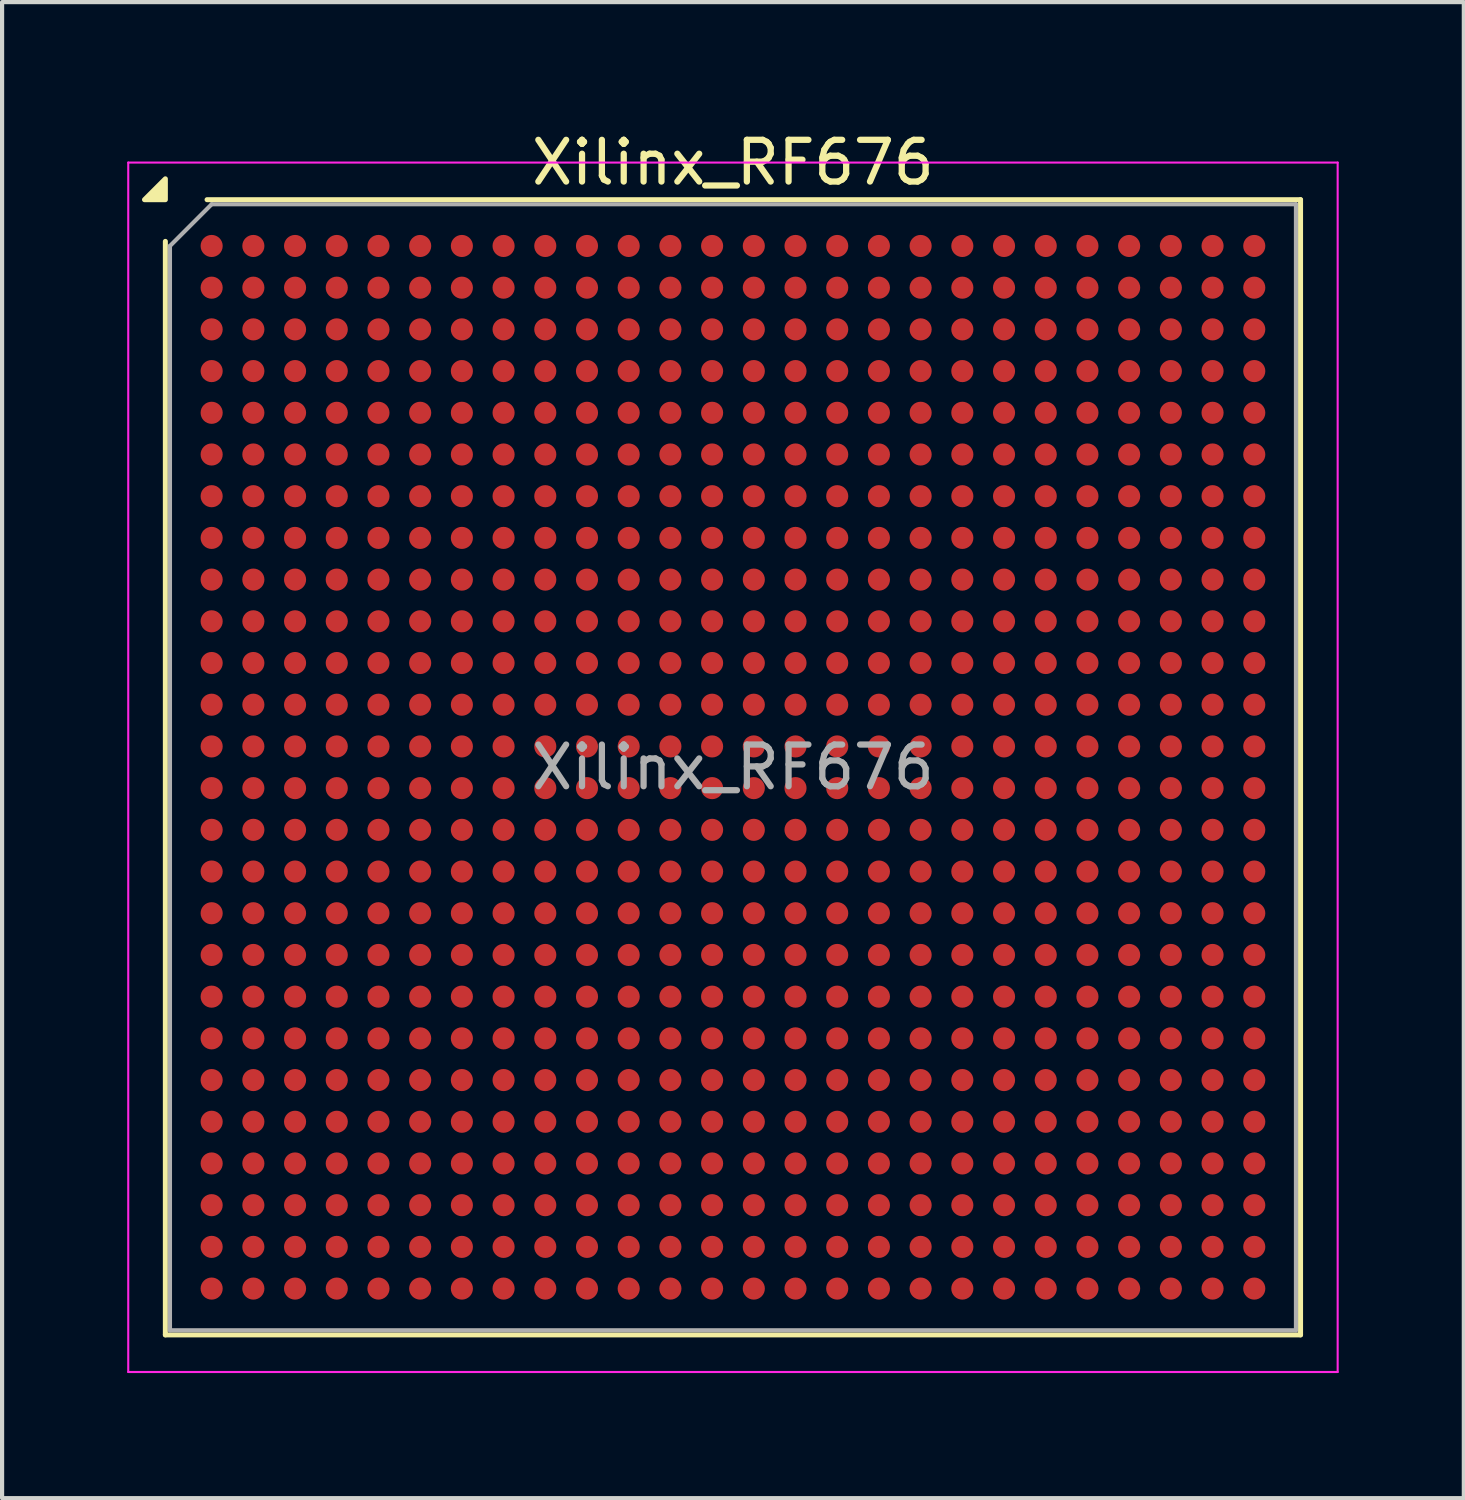
<source format=kicad_pcb>
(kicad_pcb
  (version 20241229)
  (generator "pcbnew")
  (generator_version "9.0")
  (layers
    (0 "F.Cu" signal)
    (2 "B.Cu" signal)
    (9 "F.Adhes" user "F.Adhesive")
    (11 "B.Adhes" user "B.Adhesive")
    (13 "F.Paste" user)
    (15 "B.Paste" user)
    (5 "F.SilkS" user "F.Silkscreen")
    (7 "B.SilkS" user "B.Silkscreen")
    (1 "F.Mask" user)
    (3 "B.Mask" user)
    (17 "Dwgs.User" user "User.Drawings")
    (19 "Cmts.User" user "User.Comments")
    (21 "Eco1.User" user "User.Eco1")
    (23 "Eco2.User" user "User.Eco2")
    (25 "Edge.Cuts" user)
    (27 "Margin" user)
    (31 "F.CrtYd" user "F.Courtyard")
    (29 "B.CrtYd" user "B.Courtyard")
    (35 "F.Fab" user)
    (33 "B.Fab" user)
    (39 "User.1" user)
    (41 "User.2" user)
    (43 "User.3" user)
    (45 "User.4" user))
  (footprint "Xilinx_RF676"
    (layer "F.Cu")
    (at 14.525 15.348)
    (property "Reference" "Xilinx_RF676" (at 0 -14.5 0) (layer "F.SilkS") (effects (font (size 1 1) (thickness 0.15))))
    (attr smd)
    (fp_line (start -13.61 13.61) (end -13.61 -12.61) (stroke (width 0.12) (type solid)) (layer "F.SilkS"))
    (fp_line (start -12.61 -13.61) (end 13.61 -13.61) (stroke (width 0.12) (type solid)) (layer "F.SilkS"))
    (fp_line (start 13.61 -13.61) (end 13.61 13.61) (stroke (width 0.12) (type solid)) (layer "F.SilkS"))
    (fp_line (start 13.61 13.61) (end -13.61 13.61) (stroke (width 0.12) (type solid)) (layer "F.SilkS"))
    (fp_poly (pts (xy -13.61 -13.61) (xy -14.11 -13.61) (xy -13.61 -14.11) (xy -13.61 -13.61)) (stroke (width 0.12) (type solid)) (fill yes) (layer "F.SilkS"))
    (fp_line (start -14.5 -14.5) (end -14.5 14.5) (stroke (width 0.05) (type solid)) (layer "F.CrtYd"))
    (fp_line (start -14.5 14.5) (end 14.5 14.5) (stroke (width 0.05) (type solid)) (layer "F.CrtYd"))
    (fp_line (start 14.5 -14.5) (end -14.5 -14.5) (stroke (width 0.05) (type solid)) (layer "F.CrtYd"))
    (fp_line (start 14.5 14.5) (end 14.5 -14.5) (stroke (width 0.05) (type solid)) (layer "F.CrtYd"))
    (fp_line (start -13.5 -12.5) (end -12.5 -13.5) (stroke (width 0.1) (type solid)) (layer "F.Fab"))
    (fp_line (start -13.5 13.5) (end -13.5 -12.5) (stroke (width 0.1) (type solid)) (layer "F.Fab"))
    (fp_line (start -12.5 -13.5) (end 13.5 -13.5) (stroke (width 0.1) (type solid)) (layer "F.Fab"))
    (fp_line (start 13.5 -13.5) (end 13.5 13.5) (stroke (width 0.1) (type solid)) (layer "F.Fab"))
    (fp_line (start 13.5 13.5) (end -13.5 13.5) (stroke (width 0.1) (type solid)) (layer "F.Fab"))
    (fp_text user "${REFERENCE}" (at 0 0 0) (layer "F.Fab") (effects (font (size 1 1) (thickness 0.15))))
    (pad "A1" smd circle (at -12.5 -12.5) (size 0.53 0.53) (property pad_prop_bga) (layers "F.Cu" "F.Mask" "F.Paste"))
    (pad "A2" smd circle (at -11.5 -12.5) (size 0.53 0.53) (property pad_prop_bga) (layers "F.Cu" "F.Mask" "F.Paste"))
    (pad "A3" smd circle (at -10.5 -12.5) (size 0.53 0.53) (property pad_prop_bga) (layers "F.Cu" "F.Mask" "F.Paste"))
    (pad "A4" smd circle (at -9.5 -12.5) (size 0.53 0.53) (property pad_prop_bga) (layers "F.Cu" "F.Mask" "F.Paste"))
    (pad "A5" smd circle (at -8.5 -12.5) (size 0.53 0.53) (property pad_prop_bga) (layers "F.Cu" "F.Mask" "F.Paste"))
    (pad "A6" smd circle (at -7.5 -12.5) (size 0.53 0.53) (property pad_prop_bga) (layers "F.Cu" "F.Mask" "F.Paste"))
    (pad "A7" smd circle (at -6.5 -12.5) (size 0.53 0.53) (property pad_prop_bga) (layers "F.Cu" "F.Mask" "F.Paste"))
    (pad "A8" smd circle (at -5.5 -12.5) (size 0.53 0.53) (property pad_prop_bga) (layers "F.Cu" "F.Mask" "F.Paste"))
    (pad "A9" smd circle (at -4.5 -12.5) (size 0.53 0.53) (property pad_prop_bga) (layers "F.Cu" "F.Mask" "F.Paste"))
    (pad "A10" smd circle (at -3.5 -12.5) (size 0.53 0.53) (property pad_prop_bga) (layers "F.Cu" "F.Mask" "F.Paste"))
    (pad "A11" smd circle (at -2.5 -12.5) (size 0.53 0.53) (property pad_prop_bga) (layers "F.Cu" "F.Mask" "F.Paste"))
    (pad "A12" smd circle (at -1.5 -12.5) (size 0.53 0.53) (property pad_prop_bga) (layers "F.Cu" "F.Mask" "F.Paste"))
    (pad "A13" smd circle (at -0.5 -12.5) (size 0.53 0.53) (property pad_prop_bga) (layers "F.Cu" "F.Mask" "F.Paste"))
    (pad "A14" smd circle (at 0.5 -12.5) (size 0.53 0.53) (property pad_prop_bga) (layers "F.Cu" "F.Mask" "F.Paste"))
    (pad "A15" smd circle (at 1.5 -12.5) (size 0.53 0.53) (property pad_prop_bga) (layers "F.Cu" "F.Mask" "F.Paste"))
    (pad "A16" smd circle (at 2.5 -12.5) (size 0.53 0.53) (property pad_prop_bga) (layers "F.Cu" "F.Mask" "F.Paste"))
    (pad "A17" smd circle (at 3.5 -12.5) (size 0.53 0.53) (property pad_prop_bga) (layers "F.Cu" "F.Mask" "F.Paste"))
    (pad "A18" smd circle (at 4.5 -12.5) (size 0.53 0.53) (property pad_prop_bga) (layers "F.Cu" "F.Mask" "F.Paste"))
    (pad "A19" smd circle (at 5.5 -12.5) (size 0.53 0.53) (property pad_prop_bga) (layers "F.Cu" "F.Mask" "F.Paste"))
    (pad "A20" smd circle (at 6.5 -12.5) (size 0.53 0.53) (property pad_prop_bga) (layers "F.Cu" "F.Mask" "F.Paste"))
    (pad "A21" smd circle (at 7.5 -12.5) (size 0.53 0.53) (property pad_prop_bga) (layers "F.Cu" "F.Mask" "F.Paste"))
    (pad "A22" smd circle (at 8.5 -12.5) (size 0.53 0.53) (property pad_prop_bga) (layers "F.Cu" "F.Mask" "F.Paste"))
    (pad "A23" smd circle (at 9.5 -12.5) (size 0.53 0.53) (property pad_prop_bga) (layers "F.Cu" "F.Mask" "F.Paste"))
    (pad "A24" smd circle (at 10.5 -12.5) (size 0.53 0.53) (property pad_prop_bga) (layers "F.Cu" "F.Mask" "F.Paste"))
    (pad "A25" smd circle (at 11.5 -12.5) (size 0.53 0.53) (property pad_prop_bga) (layers "F.Cu" "F.Mask" "F.Paste"))
    (pad "A26" smd circle (at 12.5 -12.5) (size 0.53 0.53) (property pad_prop_bga) (layers "F.Cu" "F.Mask" "F.Paste"))
    (pad "AA1" smd circle (at -12.5 7.5) (size 0.53 0.53) (property pad_prop_bga) (layers "F.Cu" "F.Mask" "F.Paste"))
    (pad "AA2" smd circle (at -11.5 7.5) (size 0.53 0.53) (property pad_prop_bga) (layers "F.Cu" "F.Mask" "F.Paste"))
    (pad "AA3" smd circle (at -10.5 7.5) (size 0.53 0.53) (property pad_prop_bga) (layers "F.Cu" "F.Mask" "F.Paste"))
    (pad "AA4" smd circle (at -9.5 7.5) (size 0.53 0.53) (property pad_prop_bga) (layers "F.Cu" "F.Mask" "F.Paste"))
    (pad "AA5" smd circle (at -8.5 7.5) (size 0.53 0.53) (property pad_prop_bga) (layers "F.Cu" "F.Mask" "F.Paste"))
    (pad "AA6" smd circle (at -7.5 7.5) (size 0.53 0.53) (property pad_prop_bga) (layers "F.Cu" "F.Mask" "F.Paste"))
    (pad "AA7" smd circle (at -6.5 7.5) (size 0.53 0.53) (property pad_prop_bga) (layers "F.Cu" "F.Mask" "F.Paste"))
    (pad "AA8" smd circle (at -5.5 7.5) (size 0.53 0.53) (property pad_prop_bga) (layers "F.Cu" "F.Mask" "F.Paste"))
    (pad "AA9" smd circle (at -4.5 7.5) (size 0.53 0.53) (property pad_prop_bga) (layers "F.Cu" "F.Mask" "F.Paste"))
    (pad "AA10" smd circle (at -3.5 7.5) (size 0.53 0.53) (property pad_prop_bga) (layers "F.Cu" "F.Mask" "F.Paste"))
    (pad "AA11" smd circle (at -2.5 7.5) (size 0.53 0.53) (property pad_prop_bga) (layers "F.Cu" "F.Mask" "F.Paste"))
    (pad "AA12" smd circle (at -1.5 7.5) (size 0.53 0.53) (property pad_prop_bga) (layers "F.Cu" "F.Mask" "F.Paste"))
    (pad "AA13" smd circle (at -0.5 7.5) (size 0.53 0.53) (property pad_prop_bga) (layers "F.Cu" "F.Mask" "F.Paste"))
    (pad "AA14" smd circle (at 0.5 7.5) (size 0.53 0.53) (property pad_prop_bga) (layers "F.Cu" "F.Mask" "F.Paste"))
    (pad "AA15" smd circle (at 1.5 7.5) (size 0.53 0.53) (property pad_prop_bga) (layers "F.Cu" "F.Mask" "F.Paste"))
    (pad "AA16" smd circle (at 2.5 7.5) (size 0.53 0.53) (property pad_prop_bga) (layers "F.Cu" "F.Mask" "F.Paste"))
    (pad "AA17" smd circle (at 3.5 7.5) (size 0.53 0.53) (property pad_prop_bga) (layers "F.Cu" "F.Mask" "F.Paste"))
    (pad "AA18" smd circle (at 4.5 7.5) (size 0.53 0.53) (property pad_prop_bga) (layers "F.Cu" "F.Mask" "F.Paste"))
    (pad "AA19" smd circle (at 5.5 7.5) (size 0.53 0.53) (property pad_prop_bga) (layers "F.Cu" "F.Mask" "F.Paste"))
    (pad "AA20" smd circle (at 6.5 7.5) (size 0.53 0.53) (property pad_prop_bga) (layers "F.Cu" "F.Mask" "F.Paste"))
    (pad "AA21" smd circle (at 7.5 7.5) (size 0.53 0.53) (property pad_prop_bga) (layers "F.Cu" "F.Mask" "F.Paste"))
    (pad "AA22" smd circle (at 8.5 7.5) (size 0.53 0.53) (property pad_prop_bga) (layers "F.Cu" "F.Mask" "F.Paste"))
    (pad "AA23" smd circle (at 9.5 7.5) (size 0.53 0.53) (property pad_prop_bga) (layers "F.Cu" "F.Mask" "F.Paste"))
    (pad "AA24" smd circle (at 10.5 7.5) (size 0.53 0.53) (property pad_prop_bga) (layers "F.Cu" "F.Mask" "F.Paste"))
    (pad "AA25" smd circle (at 11.5 7.5) (size 0.53 0.53) (property pad_prop_bga) (layers "F.Cu" "F.Mask" "F.Paste"))
    (pad "AA26" smd circle (at 12.5 7.5) (size 0.53 0.53) (property pad_prop_bga) (layers "F.Cu" "F.Mask" "F.Paste"))
    (pad "AB1" smd circle (at -12.5 8.5) (size 0.53 0.53) (property pad_prop_bga) (layers "F.Cu" "F.Mask" "F.Paste"))
    (pad "AB2" smd circle (at -11.5 8.5) (size 0.53 0.53) (property pad_prop_bga) (layers "F.Cu" "F.Mask" "F.Paste"))
    (pad "AB3" smd circle (at -10.5 8.5) (size 0.53 0.53) (property pad_prop_bga) (layers "F.Cu" "F.Mask" "F.Paste"))
    (pad "AB4" smd circle (at -9.5 8.5) (size 0.53 0.53) (property pad_prop_bga) (layers "F.Cu" "F.Mask" "F.Paste"))
    (pad "AB5" smd circle (at -8.5 8.5) (size 0.53 0.53) (property pad_prop_bga) (layers "F.Cu" "F.Mask" "F.Paste"))
    (pad "AB6" smd circle (at -7.5 8.5) (size 0.53 0.53) (property pad_prop_bga) (layers "F.Cu" "F.Mask" "F.Paste"))
    (pad "AB7" smd circle (at -6.5 8.5) (size 0.53 0.53) (property pad_prop_bga) (layers "F.Cu" "F.Mask" "F.Paste"))
    (pad "AB8" smd circle (at -5.5 8.5) (size 0.53 0.53) (property pad_prop_bga) (layers "F.Cu" "F.Mask" "F.Paste"))
    (pad "AB9" smd circle (at -4.5 8.5) (size 0.53 0.53) (property pad_prop_bga) (layers "F.Cu" "F.Mask" "F.Paste"))
    (pad "AB10" smd circle (at -3.5 8.5) (size 0.53 0.53) (property pad_prop_bga) (layers "F.Cu" "F.Mask" "F.Paste"))
    (pad "AB11" smd circle (at -2.5 8.5) (size 0.53 0.53) (property pad_prop_bga) (layers "F.Cu" "F.Mask" "F.Paste"))
    (pad "AB12" smd circle (at -1.5 8.5) (size 0.53 0.53) (property pad_prop_bga) (layers "F.Cu" "F.Mask" "F.Paste"))
    (pad "AB13" smd circle (at -0.5 8.5) (size 0.53 0.53) (property pad_prop_bga) (layers "F.Cu" "F.Mask" "F.Paste"))
    (pad "AB14" smd circle (at 0.5 8.5) (size 0.53 0.53) (property pad_prop_bga) (layers "F.Cu" "F.Mask" "F.Paste"))
    (pad "AB15" smd circle (at 1.5 8.5) (size 0.53 0.53) (property pad_prop_bga) (layers "F.Cu" "F.Mask" "F.Paste"))
    (pad "AB16" smd circle (at 2.5 8.5) (size 0.53 0.53) (property pad_prop_bga) (layers "F.Cu" "F.Mask" "F.Paste"))
    (pad "AB17" smd circle (at 3.5 8.5) (size 0.53 0.53) (property pad_prop_bga) (layers "F.Cu" "F.Mask" "F.Paste"))
    (pad "AB18" smd circle (at 4.5 8.5) (size 0.53 0.53) (property pad_prop_bga) (layers "F.Cu" "F.Mask" "F.Paste"))
    (pad "AB19" smd circle (at 5.5 8.5) (size 0.53 0.53) (property pad_prop_bga) (layers "F.Cu" "F.Mask" "F.Paste"))
    (pad "AB20" smd circle (at 6.5 8.5) (size 0.53 0.53) (property pad_prop_bga) (layers "F.Cu" "F.Mask" "F.Paste"))
    (pad "AB21" smd circle (at 7.5 8.5) (size 0.53 0.53) (property pad_prop_bga) (layers "F.Cu" "F.Mask" "F.Paste"))
    (pad "AB22" smd circle (at 8.5 8.5) (size 0.53 0.53) (property pad_prop_bga) (layers "F.Cu" "F.Mask" "F.Paste"))
    (pad "AB23" smd circle (at 9.5 8.5) (size 0.53 0.53) (property pad_prop_bga) (layers "F.Cu" "F.Mask" "F.Paste"))
    (pad "AB24" smd circle (at 10.5 8.5) (size 0.53 0.53) (property pad_prop_bga) (layers "F.Cu" "F.Mask" "F.Paste"))
    (pad "AB25" smd circle (at 11.5 8.5) (size 0.53 0.53) (property pad_prop_bga) (layers "F.Cu" "F.Mask" "F.Paste"))
    (pad "AB26" smd circle (at 12.5 8.5) (size 0.53 0.53) (property pad_prop_bga) (layers "F.Cu" "F.Mask" "F.Paste"))
    (pad "AC1" smd circle (at -12.5 9.5) (size 0.53 0.53) (property pad_prop_bga) (layers "F.Cu" "F.Mask" "F.Paste"))
    (pad "AC2" smd circle (at -11.5 9.5) (size 0.53 0.53) (property pad_prop_bga) (layers "F.Cu" "F.Mask" "F.Paste"))
    (pad "AC3" smd circle (at -10.5 9.5) (size 0.53 0.53) (property pad_prop_bga) (layers "F.Cu" "F.Mask" "F.Paste"))
    (pad "AC4" smd circle (at -9.5 9.5) (size 0.53 0.53) (property pad_prop_bga) (layers "F.Cu" "F.Mask" "F.Paste"))
    (pad "AC5" smd circle (at -8.5 9.5) (size 0.53 0.53) (property pad_prop_bga) (layers "F.Cu" "F.Mask" "F.Paste"))
    (pad "AC6" smd circle (at -7.5 9.5) (size 0.53 0.53) (property pad_prop_bga) (layers "F.Cu" "F.Mask" "F.Paste"))
    (pad "AC7" smd circle (at -6.5 9.5) (size 0.53 0.53) (property pad_prop_bga) (layers "F.Cu" "F.Mask" "F.Paste"))
    (pad "AC8" smd circle (at -5.5 9.5) (size 0.53 0.53) (property pad_prop_bga) (layers "F.Cu" "F.Mask" "F.Paste"))
    (pad "AC9" smd circle (at -4.5 9.5) (size 0.53 0.53) (property pad_prop_bga) (layers "F.Cu" "F.Mask" "F.Paste"))
    (pad "AC10" smd circle (at -3.5 9.5) (size 0.53 0.53) (property pad_prop_bga) (layers "F.Cu" "F.Mask" "F.Paste"))
    (pad "AC11" smd circle (at -2.5 9.5) (size 0.53 0.53) (property pad_prop_bga) (layers "F.Cu" "F.Mask" "F.Paste"))
    (pad "AC12" smd circle (at -1.5 9.5) (size 0.53 0.53) (property pad_prop_bga) (layers "F.Cu" "F.Mask" "F.Paste"))
    (pad "AC13" smd circle (at -0.5 9.5) (size 0.53 0.53) (property pad_prop_bga) (layers "F.Cu" "F.Mask" "F.Paste"))
    (pad "AC14" smd circle (at 0.5 9.5) (size 0.53 0.53) (property pad_prop_bga) (layers "F.Cu" "F.Mask" "F.Paste"))
    (pad "AC15" smd circle (at 1.5 9.5) (size 0.53 0.53) (property pad_prop_bga) (layers "F.Cu" "F.Mask" "F.Paste"))
    (pad "AC16" smd circle (at 2.5 9.5) (size 0.53 0.53) (property pad_prop_bga) (layers "F.Cu" "F.Mask" "F.Paste"))
    (pad "AC17" smd circle (at 3.5 9.5) (size 0.53 0.53) (property pad_prop_bga) (layers "F.Cu" "F.Mask" "F.Paste"))
    (pad "AC18" smd circle (at 4.5 9.5) (size 0.53 0.53) (property pad_prop_bga) (layers "F.Cu" "F.Mask" "F.Paste"))
    (pad "AC19" smd circle (at 5.5 9.5) (size 0.53 0.53) (property pad_prop_bga) (layers "F.Cu" "F.Mask" "F.Paste"))
    (pad "AC20" smd circle (at 6.5 9.5) (size 0.53 0.53) (property pad_prop_bga) (layers "F.Cu" "F.Mask" "F.Paste"))
    (pad "AC21" smd circle (at 7.5 9.5) (size 0.53 0.53) (property pad_prop_bga) (layers "F.Cu" "F.Mask" "F.Paste"))
    (pad "AC22" smd circle (at 8.5 9.5) (size 0.53 0.53) (property pad_prop_bga) (layers "F.Cu" "F.Mask" "F.Paste"))
    (pad "AC23" smd circle (at 9.5 9.5) (size 0.53 0.53) (property pad_prop_bga) (layers "F.Cu" "F.Mask" "F.Paste"))
    (pad "AC24" smd circle (at 10.5 9.5) (size 0.53 0.53) (property pad_prop_bga) (layers "F.Cu" "F.Mask" "F.Paste"))
    (pad "AC25" smd circle (at 11.5 9.5) (size 0.53 0.53) (property pad_prop_bga) (layers "F.Cu" "F.Mask" "F.Paste"))
    (pad "AC26" smd circle (at 12.5 9.5) (size 0.53 0.53) (property pad_prop_bga) (layers "F.Cu" "F.Mask" "F.Paste"))
    (pad "AD1" smd circle (at -12.5 10.5) (size 0.53 0.53) (property pad_prop_bga) (layers "F.Cu" "F.Mask" "F.Paste"))
    (pad "AD2" smd circle (at -11.5 10.5) (size 0.53 0.53) (property pad_prop_bga) (layers "F.Cu" "F.Mask" "F.Paste"))
    (pad "AD3" smd circle (at -10.5 10.5) (size 0.53 0.53) (property pad_prop_bga) (layers "F.Cu" "F.Mask" "F.Paste"))
    (pad "AD4" smd circle (at -9.5 10.5) (size 0.53 0.53) (property pad_prop_bga) (layers "F.Cu" "F.Mask" "F.Paste"))
    (pad "AD5" smd circle (at -8.5 10.5) (size 0.53 0.53) (property pad_prop_bga) (layers "F.Cu" "F.Mask" "F.Paste"))
    (pad "AD6" smd circle (at -7.5 10.5) (size 0.53 0.53) (property pad_prop_bga) (layers "F.Cu" "F.Mask" "F.Paste"))
    (pad "AD7" smd circle (at -6.5 10.5) (size 0.53 0.53) (property pad_prop_bga) (layers "F.Cu" "F.Mask" "F.Paste"))
    (pad "AD8" smd circle (at -5.5 10.5) (size 0.53 0.53) (property pad_prop_bga) (layers "F.Cu" "F.Mask" "F.Paste"))
    (pad "AD9" smd circle (at -4.5 10.5) (size 0.53 0.53) (property pad_prop_bga) (layers "F.Cu" "F.Mask" "F.Paste"))
    (pad "AD10" smd circle (at -3.5 10.5) (size 0.53 0.53) (property pad_prop_bga) (layers "F.Cu" "F.Mask" "F.Paste"))
    (pad "AD11" smd circle (at -2.5 10.5) (size 0.53 0.53) (property pad_prop_bga) (layers "F.Cu" "F.Mask" "F.Paste"))
    (pad "AD12" smd circle (at -1.5 10.5) (size 0.53 0.53) (property pad_prop_bga) (layers "F.Cu" "F.Mask" "F.Paste"))
    (pad "AD13" smd circle (at -0.5 10.5) (size 0.53 0.53) (property pad_prop_bga) (layers "F.Cu" "F.Mask" "F.Paste"))
    (pad "AD14" smd circle (at 0.5 10.5) (size 0.53 0.53) (property pad_prop_bga) (layers "F.Cu" "F.Mask" "F.Paste"))
    (pad "AD15" smd circle (at 1.5 10.5) (size 0.53 0.53) (property pad_prop_bga) (layers "F.Cu" "F.Mask" "F.Paste"))
    (pad "AD16" smd circle (at 2.5 10.5) (size 0.53 0.53) (property pad_prop_bga) (layers "F.Cu" "F.Mask" "F.Paste"))
    (pad "AD17" smd circle (at 3.5 10.5) (size 0.53 0.53) (property pad_prop_bga) (layers "F.Cu" "F.Mask" "F.Paste"))
    (pad "AD18" smd circle (at 4.5 10.5) (size 0.53 0.53) (property pad_prop_bga) (layers "F.Cu" "F.Mask" "F.Paste"))
    (pad "AD19" smd circle (at 5.5 10.5) (size 0.53 0.53) (property pad_prop_bga) (layers "F.Cu" "F.Mask" "F.Paste"))
    (pad "AD20" smd circle (at 6.5 10.5) (size 0.53 0.53) (property pad_prop_bga) (layers "F.Cu" "F.Mask" "F.Paste"))
    (pad "AD21" smd circle (at 7.5 10.5) (size 0.53 0.53) (property pad_prop_bga) (layers "F.Cu" "F.Mask" "F.Paste"))
    (pad "AD22" smd circle (at 8.5 10.5) (size 0.53 0.53) (property pad_prop_bga) (layers "F.Cu" "F.Mask" "F.Paste"))
    (pad "AD23" smd circle (at 9.5 10.5) (size 0.53 0.53) (property pad_prop_bga) (layers "F.Cu" "F.Mask" "F.Paste"))
    (pad "AD24" smd circle (at 10.5 10.5) (size 0.53 0.53) (property pad_prop_bga) (layers "F.Cu" "F.Mask" "F.Paste"))
    (pad "AD25" smd circle (at 11.5 10.5) (size 0.53 0.53) (property pad_prop_bga) (layers "F.Cu" "F.Mask" "F.Paste"))
    (pad "AD26" smd circle (at 12.5 10.5) (size 0.53 0.53) (property pad_prop_bga) (layers "F.Cu" "F.Mask" "F.Paste"))
    (pad "AE1" smd circle (at -12.5 11.5) (size 0.53 0.53) (property pad_prop_bga) (layers "F.Cu" "F.Mask" "F.Paste"))
    (pad "AE2" smd circle (at -11.5 11.5) (size 0.53 0.53) (property pad_prop_bga) (layers "F.Cu" "F.Mask" "F.Paste"))
    (pad "AE3" smd circle (at -10.5 11.5) (size 0.53 0.53) (property pad_prop_bga) (layers "F.Cu" "F.Mask" "F.Paste"))
    (pad "AE4" smd circle (at -9.5 11.5) (size 0.53 0.53) (property pad_prop_bga) (layers "F.Cu" "F.Mask" "F.Paste"))
    (pad "AE5" smd circle (at -8.5 11.5) (size 0.53 0.53) (property pad_prop_bga) (layers "F.Cu" "F.Mask" "F.Paste"))
    (pad "AE6" smd circle (at -7.5 11.5) (size 0.53 0.53) (property pad_prop_bga) (layers "F.Cu" "F.Mask" "F.Paste"))
    (pad "AE7" smd circle (at -6.5 11.5) (size 0.53 0.53) (property pad_prop_bga) (layers "F.Cu" "F.Mask" "F.Paste"))
    (pad "AE8" smd circle (at -5.5 11.5) (size 0.53 0.53) (property pad_prop_bga) (layers "F.Cu" "F.Mask" "F.Paste"))
    (pad "AE9" smd circle (at -4.5 11.5) (size 0.53 0.53) (property pad_prop_bga) (layers "F.Cu" "F.Mask" "F.Paste"))
    (pad "AE10" smd circle (at -3.5 11.5) (size 0.53 0.53) (property pad_prop_bga) (layers "F.Cu" "F.Mask" "F.Paste"))
    (pad "AE11" smd circle (at -2.5 11.5) (size 0.53 0.53) (property pad_prop_bga) (layers "F.Cu" "F.Mask" "F.Paste"))
    (pad "AE12" smd circle (at -1.5 11.5) (size 0.53 0.53) (property pad_prop_bga) (layers "F.Cu" "F.Mask" "F.Paste"))
    (pad "AE13" smd circle (at -0.5 11.5) (size 0.53 0.53) (property pad_prop_bga) (layers "F.Cu" "F.Mask" "F.Paste"))
    (pad "AE14" smd circle (at 0.5 11.5) (size 0.53 0.53) (property pad_prop_bga) (layers "F.Cu" "F.Mask" "F.Paste"))
    (pad "AE15" smd circle (at 1.5 11.5) (size 0.53 0.53) (property pad_prop_bga) (layers "F.Cu" "F.Mask" "F.Paste"))
    (pad "AE16" smd circle (at 2.5 11.5) (size 0.53 0.53) (property pad_prop_bga) (layers "F.Cu" "F.Mask" "F.Paste"))
    (pad "AE17" smd circle (at 3.5 11.5) (size 0.53 0.53) (property pad_prop_bga) (layers "F.Cu" "F.Mask" "F.Paste"))
    (pad "AE18" smd circle (at 4.5 11.5) (size 0.53 0.53) (property pad_prop_bga) (layers "F.Cu" "F.Mask" "F.Paste"))
    (pad "AE19" smd circle (at 5.5 11.5) (size 0.53 0.53) (property pad_prop_bga) (layers "F.Cu" "F.Mask" "F.Paste"))
    (pad "AE20" smd circle (at 6.5 11.5) (size 0.53 0.53) (property pad_prop_bga) (layers "F.Cu" "F.Mask" "F.Paste"))
    (pad "AE21" smd circle (at 7.5 11.5) (size 0.53 0.53) (property pad_prop_bga) (layers "F.Cu" "F.Mask" "F.Paste"))
    (pad "AE22" smd circle (at 8.5 11.5) (size 0.53 0.53) (property pad_prop_bga) (layers "F.Cu" "F.Mask" "F.Paste"))
    (pad "AE23" smd circle (at 9.5 11.5) (size 0.53 0.53) (property pad_prop_bga) (layers "F.Cu" "F.Mask" "F.Paste"))
    (pad "AE24" smd circle (at 10.5 11.5) (size 0.53 0.53) (property pad_prop_bga) (layers "F.Cu" "F.Mask" "F.Paste"))
    (pad "AE25" smd circle (at 11.5 11.5) (size 0.53 0.53) (property pad_prop_bga) (layers "F.Cu" "F.Mask" "F.Paste"))
    (pad "AE26" smd circle (at 12.5 11.5) (size 0.53 0.53) (property pad_prop_bga) (layers "F.Cu" "F.Mask" "F.Paste"))
    (pad "AF1" smd circle (at -12.5 12.5) (size 0.53 0.53) (property pad_prop_bga) (layers "F.Cu" "F.Mask" "F.Paste"))
    (pad "AF2" smd circle (at -11.5 12.5) (size 0.53 0.53) (property pad_prop_bga) (layers "F.Cu" "F.Mask" "F.Paste"))
    (pad "AF3" smd circle (at -10.5 12.5) (size 0.53 0.53) (property pad_prop_bga) (layers "F.Cu" "F.Mask" "F.Paste"))
    (pad "AF4" smd circle (at -9.5 12.5) (size 0.53 0.53) (property pad_prop_bga) (layers "F.Cu" "F.Mask" "F.Paste"))
    (pad "AF5" smd circle (at -8.5 12.5) (size 0.53 0.53) (property pad_prop_bga) (layers "F.Cu" "F.Mask" "F.Paste"))
    (pad "AF6" smd circle (at -7.5 12.5) (size 0.53 0.53) (property pad_prop_bga) (layers "F.Cu" "F.Mask" "F.Paste"))
    (pad "AF7" smd circle (at -6.5 12.5) (size 0.53 0.53) (property pad_prop_bga) (layers "F.Cu" "F.Mask" "F.Paste"))
    (pad "AF8" smd circle (at -5.5 12.5) (size 0.53 0.53) (property pad_prop_bga) (layers "F.Cu" "F.Mask" "F.Paste"))
    (pad "AF9" smd circle (at -4.5 12.5) (size 0.53 0.53) (property pad_prop_bga) (layers "F.Cu" "F.Mask" "F.Paste"))
    (pad "AF10" smd circle (at -3.5 12.5) (size 0.53 0.53) (property pad_prop_bga) (layers "F.Cu" "F.Mask" "F.Paste"))
    (pad "AF11" smd circle (at -2.5 12.5) (size 0.53 0.53) (property pad_prop_bga) (layers "F.Cu" "F.Mask" "F.Paste"))
    (pad "AF12" smd circle (at -1.5 12.5) (size 0.53 0.53) (property pad_prop_bga) (layers "F.Cu" "F.Mask" "F.Paste"))
    (pad "AF13" smd circle (at -0.5 12.5) (size 0.53 0.53) (property pad_prop_bga) (layers "F.Cu" "F.Mask" "F.Paste"))
    (pad "AF14" smd circle (at 0.5 12.5) (size 0.53 0.53) (property pad_prop_bga) (layers "F.Cu" "F.Mask" "F.Paste"))
    (pad "AF15" smd circle (at 1.5 12.5) (size 0.53 0.53) (property pad_prop_bga) (layers "F.Cu" "F.Mask" "F.Paste"))
    (pad "AF16" smd circle (at 2.5 12.5) (size 0.53 0.53) (property pad_prop_bga) (layers "F.Cu" "F.Mask" "F.Paste"))
    (pad "AF17" smd circle (at 3.5 12.5) (size 0.53 0.53) (property pad_prop_bga) (layers "F.Cu" "F.Mask" "F.Paste"))
    (pad "AF18" smd circle (at 4.5 12.5) (size 0.53 0.53) (property pad_prop_bga) (layers "F.Cu" "F.Mask" "F.Paste"))
    (pad "AF19" smd circle (at 5.5 12.5) (size 0.53 0.53) (property pad_prop_bga) (layers "F.Cu" "F.Mask" "F.Paste"))
    (pad "AF20" smd circle (at 6.5 12.5) (size 0.53 0.53) (property pad_prop_bga) (layers "F.Cu" "F.Mask" "F.Paste"))
    (pad "AF21" smd circle (at 7.5 12.5) (size 0.53 0.53) (property pad_prop_bga) (layers "F.Cu" "F.Mask" "F.Paste"))
    (pad "AF22" smd circle (at 8.5 12.5) (size 0.53 0.53) (property pad_prop_bga) (layers "F.Cu" "F.Mask" "F.Paste"))
    (pad "AF23" smd circle (at 9.5 12.5) (size 0.53 0.53) (property pad_prop_bga) (layers "F.Cu" "F.Mask" "F.Paste"))
    (pad "AF24" smd circle (at 10.5 12.5) (size 0.53 0.53) (property pad_prop_bga) (layers "F.Cu" "F.Mask" "F.Paste"))
    (pad "AF25" smd circle (at 11.5 12.5) (size 0.53 0.53) (property pad_prop_bga) (layers "F.Cu" "F.Mask" "F.Paste"))
    (pad "AF26" smd circle (at 12.5 12.5) (size 0.53 0.53) (property pad_prop_bga) (layers "F.Cu" "F.Mask" "F.Paste"))
    (pad "B1" smd circle (at -12.5 -11.5) (size 0.53 0.53) (property pad_prop_bga) (layers "F.Cu" "F.Mask" "F.Paste"))
    (pad "B2" smd circle (at -11.5 -11.5) (size 0.53 0.53) (property pad_prop_bga) (layers "F.Cu" "F.Mask" "F.Paste"))
    (pad "B3" smd circle (at -10.5 -11.5) (size 0.53 0.53) (property pad_prop_bga) (layers "F.Cu" "F.Mask" "F.Paste"))
    (pad "B4" smd circle (at -9.5 -11.5) (size 0.53 0.53) (property pad_prop_bga) (layers "F.Cu" "F.Mask" "F.Paste"))
    (pad "B5" smd circle (at -8.5 -11.5) (size 0.53 0.53) (property pad_prop_bga) (layers "F.Cu" "F.Mask" "F.Paste"))
    (pad "B6" smd circle (at -7.5 -11.5) (size 0.53 0.53) (property pad_prop_bga) (layers "F.Cu" "F.Mask" "F.Paste"))
    (pad "B7" smd circle (at -6.5 -11.5) (size 0.53 0.53) (property pad_prop_bga) (layers "F.Cu" "F.Mask" "F.Paste"))
    (pad "B8" smd circle (at -5.5 -11.5) (size 0.53 0.53) (property pad_prop_bga) (layers "F.Cu" "F.Mask" "F.Paste"))
    (pad "B9" smd circle (at -4.5 -11.5) (size 0.53 0.53) (property pad_prop_bga) (layers "F.Cu" "F.Mask" "F.Paste"))
    (pad "B10" smd circle (at -3.5 -11.5) (size 0.53 0.53) (property pad_prop_bga) (layers "F.Cu" "F.Mask" "F.Paste"))
    (pad "B11" smd circle (at -2.5 -11.5) (size 0.53 0.53) (property pad_prop_bga) (layers "F.Cu" "F.Mask" "F.Paste"))
    (pad "B12" smd circle (at -1.5 -11.5) (size 0.53 0.53) (property pad_prop_bga) (layers "F.Cu" "F.Mask" "F.Paste"))
    (pad "B13" smd circle (at -0.5 -11.5) (size 0.53 0.53) (property pad_prop_bga) (layers "F.Cu" "F.Mask" "F.Paste"))
    (pad "B14" smd circle (at 0.5 -11.5) (size 0.53 0.53) (property pad_prop_bga) (layers "F.Cu" "F.Mask" "F.Paste"))
    (pad "B15" smd circle (at 1.5 -11.5) (size 0.53 0.53) (property pad_prop_bga) (layers "F.Cu" "F.Mask" "F.Paste"))
    (pad "B16" smd circle (at 2.5 -11.5) (size 0.53 0.53) (property pad_prop_bga) (layers "F.Cu" "F.Mask" "F.Paste"))
    (pad "B17" smd circle (at 3.5 -11.5) (size 0.53 0.53) (property pad_prop_bga) (layers "F.Cu" "F.Mask" "F.Paste"))
    (pad "B18" smd circle (at 4.5 -11.5) (size 0.53 0.53) (property pad_prop_bga) (layers "F.Cu" "F.Mask" "F.Paste"))
    (pad "B19" smd circle (at 5.5 -11.5) (size 0.53 0.53) (property pad_prop_bga) (layers "F.Cu" "F.Mask" "F.Paste"))
    (pad "B20" smd circle (at 6.5 -11.5) (size 0.53 0.53) (property pad_prop_bga) (layers "F.Cu" "F.Mask" "F.Paste"))
    (pad "B21" smd circle (at 7.5 -11.5) (size 0.53 0.53) (property pad_prop_bga) (layers "F.Cu" "F.Mask" "F.Paste"))
    (pad "B22" smd circle (at 8.5 -11.5) (size 0.53 0.53) (property pad_prop_bga) (layers "F.Cu" "F.Mask" "F.Paste"))
    (pad "B23" smd circle (at 9.5 -11.5) (size 0.53 0.53) (property pad_prop_bga) (layers "F.Cu" "F.Mask" "F.Paste"))
    (pad "B24" smd circle (at 10.5 -11.5) (size 0.53 0.53) (property pad_prop_bga) (layers "F.Cu" "F.Mask" "F.Paste"))
    (pad "B25" smd circle (at 11.5 -11.5) (size 0.53 0.53) (property pad_prop_bga) (layers "F.Cu" "F.Mask" "F.Paste"))
    (pad "B26" smd circle (at 12.5 -11.5) (size 0.53 0.53) (property pad_prop_bga) (layers "F.Cu" "F.Mask" "F.Paste"))
    (pad "C1" smd circle (at -12.5 -10.5) (size 0.53 0.53) (property pad_prop_bga) (layers "F.Cu" "F.Mask" "F.Paste"))
    (pad "C2" smd circle (at -11.5 -10.5) (size 0.53 0.53) (property pad_prop_bga) (layers "F.Cu" "F.Mask" "F.Paste"))
    (pad "C3" smd circle (at -10.5 -10.5) (size 0.53 0.53) (property pad_prop_bga) (layers "F.Cu" "F.Mask" "F.Paste"))
    (pad "C4" smd circle (at -9.5 -10.5) (size 0.53 0.53) (property pad_prop_bga) (layers "F.Cu" "F.Mask" "F.Paste"))
    (pad "C5" smd circle (at -8.5 -10.5) (size 0.53 0.53) (property pad_prop_bga) (layers "F.Cu" "F.Mask" "F.Paste"))
    (pad "C6" smd circle (at -7.5 -10.5) (size 0.53 0.53) (property pad_prop_bga) (layers "F.Cu" "F.Mask" "F.Paste"))
    (pad "C7" smd circle (at -6.5 -10.5) (size 0.53 0.53) (property pad_prop_bga) (layers "F.Cu" "F.Mask" "F.Paste"))
    (pad "C8" smd circle (at -5.5 -10.5) (size 0.53 0.53) (property pad_prop_bga) (layers "F.Cu" "F.Mask" "F.Paste"))
    (pad "C9" smd circle (at -4.5 -10.5) (size 0.53 0.53) (property pad_prop_bga) (layers "F.Cu" "F.Mask" "F.Paste"))
    (pad "C10" smd circle (at -3.5 -10.5) (size 0.53 0.53) (property pad_prop_bga) (layers "F.Cu" "F.Mask" "F.Paste"))
    (pad "C11" smd circle (at -2.5 -10.5) (size 0.53 0.53) (property pad_prop_bga) (layers "F.Cu" "F.Mask" "F.Paste"))
    (pad "C12" smd circle (at -1.5 -10.5) (size 0.53 0.53) (property pad_prop_bga) (layers "F.Cu" "F.Mask" "F.Paste"))
    (pad "C13" smd circle (at -0.5 -10.5) (size 0.53 0.53) (property pad_prop_bga) (layers "F.Cu" "F.Mask" "F.Paste"))
    (pad "C14" smd circle (at 0.5 -10.5) (size 0.53 0.53) (property pad_prop_bga) (layers "F.Cu" "F.Mask" "F.Paste"))
    (pad "C15" smd circle (at 1.5 -10.5) (size 0.53 0.53) (property pad_prop_bga) (layers "F.Cu" "F.Mask" "F.Paste"))
    (pad "C16" smd circle (at 2.5 -10.5) (size 0.53 0.53) (property pad_prop_bga) (layers "F.Cu" "F.Mask" "F.Paste"))
    (pad "C17" smd circle (at 3.5 -10.5) (size 0.53 0.53) (property pad_prop_bga) (layers "F.Cu" "F.Mask" "F.Paste"))
    (pad "C18" smd circle (at 4.5 -10.5) (size 0.53 0.53) (property pad_prop_bga) (layers "F.Cu" "F.Mask" "F.Paste"))
    (pad "C19" smd circle (at 5.5 -10.5) (size 0.53 0.53) (property pad_prop_bga) (layers "F.Cu" "F.Mask" "F.Paste"))
    (pad "C20" smd circle (at 6.5 -10.5) (size 0.53 0.53) (property pad_prop_bga) (layers "F.Cu" "F.Mask" "F.Paste"))
    (pad "C21" smd circle (at 7.5 -10.5) (size 0.53 0.53) (property pad_prop_bga) (layers "F.Cu" "F.Mask" "F.Paste"))
    (pad "C22" smd circle (at 8.5 -10.5) (size 0.53 0.53) (property pad_prop_bga) (layers "F.Cu" "F.Mask" "F.Paste"))
    (pad "C23" smd circle (at 9.5 -10.5) (size 0.53 0.53) (property pad_prop_bga) (layers "F.Cu" "F.Mask" "F.Paste"))
    (pad "C24" smd circle (at 10.5 -10.5) (size 0.53 0.53) (property pad_prop_bga) (layers "F.Cu" "F.Mask" "F.Paste"))
    (pad "C25" smd circle (at 11.5 -10.5) (size 0.53 0.53) (property pad_prop_bga) (layers "F.Cu" "F.Mask" "F.Paste"))
    (pad "C26" smd circle (at 12.5 -10.5) (size 0.53 0.53) (property pad_prop_bga) (layers "F.Cu" "F.Mask" "F.Paste"))
    (pad "D1" smd circle (at -12.5 -9.5) (size 0.53 0.53) (property pad_prop_bga) (layers "F.Cu" "F.Mask" "F.Paste"))
    (pad "D2" smd circle (at -11.5 -9.5) (size 0.53 0.53) (property pad_prop_bga) (layers "F.Cu" "F.Mask" "F.Paste"))
    (pad "D3" smd circle (at -10.5 -9.5) (size 0.53 0.53) (property pad_prop_bga) (layers "F.Cu" "F.Mask" "F.Paste"))
    (pad "D4" smd circle (at -9.5 -9.5) (size 0.53 0.53) (property pad_prop_bga) (layers "F.Cu" "F.Mask" "F.Paste"))
    (pad "D5" smd circle (at -8.5 -9.5) (size 0.53 0.53) (property pad_prop_bga) (layers "F.Cu" "F.Mask" "F.Paste"))
    (pad "D6" smd circle (at -7.5 -9.5) (size 0.53 0.53) (property pad_prop_bga) (layers "F.Cu" "F.Mask" "F.Paste"))
    (pad "D7" smd circle (at -6.5 -9.5) (size 0.53 0.53) (property pad_prop_bga) (layers "F.Cu" "F.Mask" "F.Paste"))
    (pad "D8" smd circle (at -5.5 -9.5) (size 0.53 0.53) (property pad_prop_bga) (layers "F.Cu" "F.Mask" "F.Paste"))
    (pad "D9" smd circle (at -4.5 -9.5) (size 0.53 0.53) (property pad_prop_bga) (layers "F.Cu" "F.Mask" "F.Paste"))
    (pad "D10" smd circle (at -3.5 -9.5) (size 0.53 0.53) (property pad_prop_bga) (layers "F.Cu" "F.Mask" "F.Paste"))
    (pad "D11" smd circle (at -2.5 -9.5) (size 0.53 0.53) (property pad_prop_bga) (layers "F.Cu" "F.Mask" "F.Paste"))
    (pad "D12" smd circle (at -1.5 -9.5) (size 0.53 0.53) (property pad_prop_bga) (layers "F.Cu" "F.Mask" "F.Paste"))
    (pad "D13" smd circle (at -0.5 -9.5) (size 0.53 0.53) (property pad_prop_bga) (layers "F.Cu" "F.Mask" "F.Paste"))
    (pad "D14" smd circle (at 0.5 -9.5) (size 0.53 0.53) (property pad_prop_bga) (layers "F.Cu" "F.Mask" "F.Paste"))
    (pad "D15" smd circle (at 1.5 -9.5) (size 0.53 0.53) (property pad_prop_bga) (layers "F.Cu" "F.Mask" "F.Paste"))
    (pad "D16" smd circle (at 2.5 -9.5) (size 0.53 0.53) (property pad_prop_bga) (layers "F.Cu" "F.Mask" "F.Paste"))
    (pad "D17" smd circle (at 3.5 -9.5) (size 0.53 0.53) (property pad_prop_bga) (layers "F.Cu" "F.Mask" "F.Paste"))
    (pad "D18" smd circle (at 4.5 -9.5) (size 0.53 0.53) (property pad_prop_bga) (layers "F.Cu" "F.Mask" "F.Paste"))
    (pad "D19" smd circle (at 5.5 -9.5) (size 0.53 0.53) (property pad_prop_bga) (layers "F.Cu" "F.Mask" "F.Paste"))
    (pad "D20" smd circle (at 6.5 -9.5) (size 0.53 0.53) (property pad_prop_bga) (layers "F.Cu" "F.Mask" "F.Paste"))
    (pad "D21" smd circle (at 7.5 -9.5) (size 0.53 0.53) (property pad_prop_bga) (layers "F.Cu" "F.Mask" "F.Paste"))
    (pad "D22" smd circle (at 8.5 -9.5) (size 0.53 0.53) (property pad_prop_bga) (layers "F.Cu" "F.Mask" "F.Paste"))
    (pad "D23" smd circle (at 9.5 -9.5) (size 0.53 0.53) (property pad_prop_bga) (layers "F.Cu" "F.Mask" "F.Paste"))
    (pad "D24" smd circle (at 10.5 -9.5) (size 0.53 0.53) (property pad_prop_bga) (layers "F.Cu" "F.Mask" "F.Paste"))
    (pad "D25" smd circle (at 11.5 -9.5) (size 0.53 0.53) (property pad_prop_bga) (layers "F.Cu" "F.Mask" "F.Paste"))
    (pad "D26" smd circle (at 12.5 -9.5) (size 0.53 0.53) (property pad_prop_bga) (layers "F.Cu" "F.Mask" "F.Paste"))
    (pad "E1" smd circle (at -12.5 -8.5) (size 0.53 0.53) (property pad_prop_bga) (layers "F.Cu" "F.Mask" "F.Paste"))
    (pad "E2" smd circle (at -11.5 -8.5) (size 0.53 0.53) (property pad_prop_bga) (layers "F.Cu" "F.Mask" "F.Paste"))
    (pad "E3" smd circle (at -10.5 -8.5) (size 0.53 0.53) (property pad_prop_bga) (layers "F.Cu" "F.Mask" "F.Paste"))
    (pad "E4" smd circle (at -9.5 -8.5) (size 0.53 0.53) (property pad_prop_bga) (layers "F.Cu" "F.Mask" "F.Paste"))
    (pad "E5" smd circle (at -8.5 -8.5) (size 0.53 0.53) (property pad_prop_bga) (layers "F.Cu" "F.Mask" "F.Paste"))
    (pad "E6" smd circle (at -7.5 -8.5) (size 0.53 0.53) (property pad_prop_bga) (layers "F.Cu" "F.Mask" "F.Paste"))
    (pad "E7" smd circle (at -6.5 -8.5) (size 0.53 0.53) (property pad_prop_bga) (layers "F.Cu" "F.Mask" "F.Paste"))
    (pad "E8" smd circle (at -5.5 -8.5) (size 0.53 0.53) (property pad_prop_bga) (layers "F.Cu" "F.Mask" "F.Paste"))
    (pad "E9" smd circle (at -4.5 -8.5) (size 0.53 0.53) (property pad_prop_bga) (layers "F.Cu" "F.Mask" "F.Paste"))
    (pad "E10" smd circle (at -3.5 -8.5) (size 0.53 0.53) (property pad_prop_bga) (layers "F.Cu" "F.Mask" "F.Paste"))
    (pad "E11" smd circle (at -2.5 -8.5) (size 0.53 0.53) (property pad_prop_bga) (layers "F.Cu" "F.Mask" "F.Paste"))
    (pad "E12" smd circle (at -1.5 -8.5) (size 0.53 0.53) (property pad_prop_bga) (layers "F.Cu" "F.Mask" "F.Paste"))
    (pad "E13" smd circle (at -0.5 -8.5) (size 0.53 0.53) (property pad_prop_bga) (layers "F.Cu" "F.Mask" "F.Paste"))
    (pad "E14" smd circle (at 0.5 -8.5) (size 0.53 0.53) (property pad_prop_bga) (layers "F.Cu" "F.Mask" "F.Paste"))
    (pad "E15" smd circle (at 1.5 -8.5) (size 0.53 0.53) (property pad_prop_bga) (layers "F.Cu" "F.Mask" "F.Paste"))
    (pad "E16" smd circle (at 2.5 -8.5) (size 0.53 0.53) (property pad_prop_bga) (layers "F.Cu" "F.Mask" "F.Paste"))
    (pad "E17" smd circle (at 3.5 -8.5) (size 0.53 0.53) (property pad_prop_bga) (layers "F.Cu" "F.Mask" "F.Paste"))
    (pad "E18" smd circle (at 4.5 -8.5) (size 0.53 0.53) (property pad_prop_bga) (layers "F.Cu" "F.Mask" "F.Paste"))
    (pad "E19" smd circle (at 5.5 -8.5) (size 0.53 0.53) (property pad_prop_bga) (layers "F.Cu" "F.Mask" "F.Paste"))
    (pad "E20" smd circle (at 6.5 -8.5) (size 0.53 0.53) (property pad_prop_bga) (layers "F.Cu" "F.Mask" "F.Paste"))
    (pad "E21" smd circle (at 7.5 -8.5) (size 0.53 0.53) (property pad_prop_bga) (layers "F.Cu" "F.Mask" "F.Paste"))
    (pad "E22" smd circle (at 8.5 -8.5) (size 0.53 0.53) (property pad_prop_bga) (layers "F.Cu" "F.Mask" "F.Paste"))
    (pad "E23" smd circle (at 9.5 -8.5) (size 0.53 0.53) (property pad_prop_bga) (layers "F.Cu" "F.Mask" "F.Paste"))
    (pad "E24" smd circle (at 10.5 -8.5) (size 0.53 0.53) (property pad_prop_bga) (layers "F.Cu" "F.Mask" "F.Paste"))
    (pad "E25" smd circle (at 11.5 -8.5) (size 0.53 0.53) (property pad_prop_bga) (layers "F.Cu" "F.Mask" "F.Paste"))
    (pad "E26" smd circle (at 12.5 -8.5) (size 0.53 0.53) (property pad_prop_bga) (layers "F.Cu" "F.Mask" "F.Paste"))
    (pad "F1" smd circle (at -12.5 -7.5) (size 0.53 0.53) (property pad_prop_bga) (layers "F.Cu" "F.Mask" "F.Paste"))
    (pad "F2" smd circle (at -11.5 -7.5) (size 0.53 0.53) (property pad_prop_bga) (layers "F.Cu" "F.Mask" "F.Paste"))
    (pad "F3" smd circle (at -10.5 -7.5) (size 0.53 0.53) (property pad_prop_bga) (layers "F.Cu" "F.Mask" "F.Paste"))
    (pad "F4" smd circle (at -9.5 -7.5) (size 0.53 0.53) (property pad_prop_bga) (layers "F.Cu" "F.Mask" "F.Paste"))
    (pad "F5" smd circle (at -8.5 -7.5) (size 0.53 0.53) (property pad_prop_bga) (layers "F.Cu" "F.Mask" "F.Paste"))
    (pad "F6" smd circle (at -7.5 -7.5) (size 0.53 0.53) (property pad_prop_bga) (layers "F.Cu" "F.Mask" "F.Paste"))
    (pad "F7" smd circle (at -6.5 -7.5) (size 0.53 0.53) (property pad_prop_bga) (layers "F.Cu" "F.Mask" "F.Paste"))
    (pad "F8" smd circle (at -5.5 -7.5) (size 0.53 0.53) (property pad_prop_bga) (layers "F.Cu" "F.Mask" "F.Paste"))
    (pad "F9" smd circle (at -4.5 -7.5) (size 0.53 0.53) (property pad_prop_bga) (layers "F.Cu" "F.Mask" "F.Paste"))
    (pad "F10" smd circle (at -3.5 -7.5) (size 0.53 0.53) (property pad_prop_bga) (layers "F.Cu" "F.Mask" "F.Paste"))
    (pad "F11" smd circle (at -2.5 -7.5) (size 0.53 0.53) (property pad_prop_bga) (layers "F.Cu" "F.Mask" "F.Paste"))
    (pad "F12" smd circle (at -1.5 -7.5) (size 0.53 0.53) (property pad_prop_bga) (layers "F.Cu" "F.Mask" "F.Paste"))
    (pad "F13" smd circle (at -0.5 -7.5) (size 0.53 0.53) (property pad_prop_bga) (layers "F.Cu" "F.Mask" "F.Paste"))
    (pad "F14" smd circle (at 0.5 -7.5) (size 0.53 0.53) (property pad_prop_bga) (layers "F.Cu" "F.Mask" "F.Paste"))
    (pad "F15" smd circle (at 1.5 -7.5) (size 0.53 0.53) (property pad_prop_bga) (layers "F.Cu" "F.Mask" "F.Paste"))
    (pad "F16" smd circle (at 2.5 -7.5) (size 0.53 0.53) (property pad_prop_bga) (layers "F.Cu" "F.Mask" "F.Paste"))
    (pad "F17" smd circle (at 3.5 -7.5) (size 0.53 0.53) (property pad_prop_bga) (layers "F.Cu" "F.Mask" "F.Paste"))
    (pad "F18" smd circle (at 4.5 -7.5) (size 0.53 0.53) (property pad_prop_bga) (layers "F.Cu" "F.Mask" "F.Paste"))
    (pad "F19" smd circle (at 5.5 -7.5) (size 0.53 0.53) (property pad_prop_bga) (layers "F.Cu" "F.Mask" "F.Paste"))
    (pad "F20" smd circle (at 6.5 -7.5) (size 0.53 0.53) (property pad_prop_bga) (layers "F.Cu" "F.Mask" "F.Paste"))
    (pad "F21" smd circle (at 7.5 -7.5) (size 0.53 0.53) (property pad_prop_bga) (layers "F.Cu" "F.Mask" "F.Paste"))
    (pad "F22" smd circle (at 8.5 -7.5) (size 0.53 0.53) (property pad_prop_bga) (layers "F.Cu" "F.Mask" "F.Paste"))
    (pad "F23" smd circle (at 9.5 -7.5) (size 0.53 0.53) (property pad_prop_bga) (layers "F.Cu" "F.Mask" "F.Paste"))
    (pad "F24" smd circle (at 10.5 -7.5) (size 0.53 0.53) (property pad_prop_bga) (layers "F.Cu" "F.Mask" "F.Paste"))
    (pad "F25" smd circle (at 11.5 -7.5) (size 0.53 0.53) (property pad_prop_bga) (layers "F.Cu" "F.Mask" "F.Paste"))
    (pad "F26" smd circle (at 12.5 -7.5) (size 0.53 0.53) (property pad_prop_bga) (layers "F.Cu" "F.Mask" "F.Paste"))
    (pad "G1" smd circle (at -12.5 -6.5) (size 0.53 0.53) (property pad_prop_bga) (layers "F.Cu" "F.Mask" "F.Paste"))
    (pad "G2" smd circle (at -11.5 -6.5) (size 0.53 0.53) (property pad_prop_bga) (layers "F.Cu" "F.Mask" "F.Paste"))
    (pad "G3" smd circle (at -10.5 -6.5) (size 0.53 0.53) (property pad_prop_bga) (layers "F.Cu" "F.Mask" "F.Paste"))
    (pad "G4" smd circle (at -9.5 -6.5) (size 0.53 0.53) (property pad_prop_bga) (layers "F.Cu" "F.Mask" "F.Paste"))
    (pad "G5" smd circle (at -8.5 -6.5) (size 0.53 0.53) (property pad_prop_bga) (layers "F.Cu" "F.Mask" "F.Paste"))
    (pad "G6" smd circle (at -7.5 -6.5) (size 0.53 0.53) (property pad_prop_bga) (layers "F.Cu" "F.Mask" "F.Paste"))
    (pad "G7" smd circle (at -6.5 -6.5) (size 0.53 0.53) (property pad_prop_bga) (layers "F.Cu" "F.Mask" "F.Paste"))
    (pad "G8" smd circle (at -5.5 -6.5) (size 0.53 0.53) (property pad_prop_bga) (layers "F.Cu" "F.Mask" "F.Paste"))
    (pad "G9" smd circle (at -4.5 -6.5) (size 0.53 0.53) (property pad_prop_bga) (layers "F.Cu" "F.Mask" "F.Paste"))
    (pad "G10" smd circle (at -3.5 -6.5) (size 0.53 0.53) (property pad_prop_bga) (layers "F.Cu" "F.Mask" "F.Paste"))
    (pad "G11" smd circle (at -2.5 -6.5) (size 0.53 0.53) (property pad_prop_bga) (layers "F.Cu" "F.Mask" "F.Paste"))
    (pad "G12" smd circle (at -1.5 -6.5) (size 0.53 0.53) (property pad_prop_bga) (layers "F.Cu" "F.Mask" "F.Paste"))
    (pad "G13" smd circle (at -0.5 -6.5) (size 0.53 0.53) (property pad_prop_bga) (layers "F.Cu" "F.Mask" "F.Paste"))
    (pad "G14" smd circle (at 0.5 -6.5) (size 0.53 0.53) (property pad_prop_bga) (layers "F.Cu" "F.Mask" "F.Paste"))
    (pad "G15" smd circle (at 1.5 -6.5) (size 0.53 0.53) (property pad_prop_bga) (layers "F.Cu" "F.Mask" "F.Paste"))
    (pad "G16" smd circle (at 2.5 -6.5) (size 0.53 0.53) (property pad_prop_bga) (layers "F.Cu" "F.Mask" "F.Paste"))
    (pad "G17" smd circle (at 3.5 -6.5) (size 0.53 0.53) (property pad_prop_bga) (layers "F.Cu" "F.Mask" "F.Paste"))
    (pad "G18" smd circle (at 4.5 -6.5) (size 0.53 0.53) (property pad_prop_bga) (layers "F.Cu" "F.Mask" "F.Paste"))
    (pad "G19" smd circle (at 5.5 -6.5) (size 0.53 0.53) (property pad_prop_bga) (layers "F.Cu" "F.Mask" "F.Paste"))
    (pad "G20" smd circle (at 6.5 -6.5) (size 0.53 0.53) (property pad_prop_bga) (layers "F.Cu" "F.Mask" "F.Paste"))
    (pad "G21" smd circle (at 7.5 -6.5) (size 0.53 0.53) (property pad_prop_bga) (layers "F.Cu" "F.Mask" "F.Paste"))
    (pad "G22" smd circle (at 8.5 -6.5) (size 0.53 0.53) (property pad_prop_bga) (layers "F.Cu" "F.Mask" "F.Paste"))
    (pad "G23" smd circle (at 9.5 -6.5) (size 0.53 0.53) (property pad_prop_bga) (layers "F.Cu" "F.Mask" "F.Paste"))
    (pad "G24" smd circle (at 10.5 -6.5) (size 0.53 0.53) (property pad_prop_bga) (layers "F.Cu" "F.Mask" "F.Paste"))
    (pad "G25" smd circle (at 11.5 -6.5) (size 0.53 0.53) (property pad_prop_bga) (layers "F.Cu" "F.Mask" "F.Paste"))
    (pad "G26" smd circle (at 12.5 -6.5) (size 0.53 0.53) (property pad_prop_bga) (layers "F.Cu" "F.Mask" "F.Paste"))
    (pad "H1" smd circle (at -12.5 -5.5) (size 0.53 0.53) (property pad_prop_bga) (layers "F.Cu" "F.Mask" "F.Paste"))
    (pad "H2" smd circle (at -11.5 -5.5) (size 0.53 0.53) (property pad_prop_bga) (layers "F.Cu" "F.Mask" "F.Paste"))
    (pad "H3" smd circle (at -10.5 -5.5) (size 0.53 0.53) (property pad_prop_bga) (layers "F.Cu" "F.Mask" "F.Paste"))
    (pad "H4" smd circle (at -9.5 -5.5) (size 0.53 0.53) (property pad_prop_bga) (layers "F.Cu" "F.Mask" "F.Paste"))
    (pad "H5" smd circle (at -8.5 -5.5) (size 0.53 0.53) (property pad_prop_bga) (layers "F.Cu" "F.Mask" "F.Paste"))
    (pad "H6" smd circle (at -7.5 -5.5) (size 0.53 0.53) (property pad_prop_bga) (layers "F.Cu" "F.Mask" "F.Paste"))
    (pad "H7" smd circle (at -6.5 -5.5) (size 0.53 0.53) (property pad_prop_bga) (layers "F.Cu" "F.Mask" "F.Paste"))
    (pad "H8" smd circle (at -5.5 -5.5) (size 0.53 0.53) (property pad_prop_bga) (layers "F.Cu" "F.Mask" "F.Paste"))
    (pad "H9" smd circle (at -4.5 -5.5) (size 0.53 0.53) (property pad_prop_bga) (layers "F.Cu" "F.Mask" "F.Paste"))
    (pad "H10" smd circle (at -3.5 -5.5) (size 0.53 0.53) (property pad_prop_bga) (layers "F.Cu" "F.Mask" "F.Paste"))
    (pad "H11" smd circle (at -2.5 -5.5) (size 0.53 0.53) (property pad_prop_bga) (layers "F.Cu" "F.Mask" "F.Paste"))
    (pad "H12" smd circle (at -1.5 -5.5) (size 0.53 0.53) (property pad_prop_bga) (layers "F.Cu" "F.Mask" "F.Paste"))
    (pad "H13" smd circle (at -0.5 -5.5) (size 0.53 0.53) (property pad_prop_bga) (layers "F.Cu" "F.Mask" "F.Paste"))
    (pad "H14" smd circle (at 0.5 -5.5) (size 0.53 0.53) (property pad_prop_bga) (layers "F.Cu" "F.Mask" "F.Paste"))
    (pad "H15" smd circle (at 1.5 -5.5) (size 0.53 0.53) (property pad_prop_bga) (layers "F.Cu" "F.Mask" "F.Paste"))
    (pad "H16" smd circle (at 2.5 -5.5) (size 0.53 0.53) (property pad_prop_bga) (layers "F.Cu" "F.Mask" "F.Paste"))
    (pad "H17" smd circle (at 3.5 -5.5) (size 0.53 0.53) (property pad_prop_bga) (layers "F.Cu" "F.Mask" "F.Paste"))
    (pad "H18" smd circle (at 4.5 -5.5) (size 0.53 0.53) (property pad_prop_bga) (layers "F.Cu" "F.Mask" "F.Paste"))
    (pad "H19" smd circle (at 5.5 -5.5) (size 0.53 0.53) (property pad_prop_bga) (layers "F.Cu" "F.Mask" "F.Paste"))
    (pad "H20" smd circle (at 6.5 -5.5) (size 0.53 0.53) (property pad_prop_bga) (layers "F.Cu" "F.Mask" "F.Paste"))
    (pad "H21" smd circle (at 7.5 -5.5) (size 0.53 0.53) (property pad_prop_bga) (layers "F.Cu" "F.Mask" "F.Paste"))
    (pad "H22" smd circle (at 8.5 -5.5) (size 0.53 0.53) (property pad_prop_bga) (layers "F.Cu" "F.Mask" "F.Paste"))
    (pad "H23" smd circle (at 9.5 -5.5) (size 0.53 0.53) (property pad_prop_bga) (layers "F.Cu" "F.Mask" "F.Paste"))
    (pad "H24" smd circle (at 10.5 -5.5) (size 0.53 0.53) (property pad_prop_bga) (layers "F.Cu" "F.Mask" "F.Paste"))
    (pad "H25" smd circle (at 11.5 -5.5) (size 0.53 0.53) (property pad_prop_bga) (layers "F.Cu" "F.Mask" "F.Paste"))
    (pad "H26" smd circle (at 12.5 -5.5) (size 0.53 0.53) (property pad_prop_bga) (layers "F.Cu" "F.Mask" "F.Paste"))
    (pad "J1" smd circle (at -12.5 -4.5) (size 0.53 0.53) (property pad_prop_bga) (layers "F.Cu" "F.Mask" "F.Paste"))
    (pad "J2" smd circle (at -11.5 -4.5) (size 0.53 0.53) (property pad_prop_bga) (layers "F.Cu" "F.Mask" "F.Paste"))
    (pad "J3" smd circle (at -10.5 -4.5) (size 0.53 0.53) (property pad_prop_bga) (layers "F.Cu" "F.Mask" "F.Paste"))
    (pad "J4" smd circle (at -9.5 -4.5) (size 0.53 0.53) (property pad_prop_bga) (layers "F.Cu" "F.Mask" "F.Paste"))
    (pad "J5" smd circle (at -8.5 -4.5) (size 0.53 0.53) (property pad_prop_bga) (layers "F.Cu" "F.Mask" "F.Paste"))
    (pad "J6" smd circle (at -7.5 -4.5) (size 0.53 0.53) (property pad_prop_bga) (layers "F.Cu" "F.Mask" "F.Paste"))
    (pad "J7" smd circle (at -6.5 -4.5) (size 0.53 0.53) (property pad_prop_bga) (layers "F.Cu" "F.Mask" "F.Paste"))
    (pad "J8" smd circle (at -5.5 -4.5) (size 0.53 0.53) (property pad_prop_bga) (layers "F.Cu" "F.Mask" "F.Paste"))
    (pad "J9" smd circle (at -4.5 -4.5) (size 0.53 0.53) (property pad_prop_bga) (layers "F.Cu" "F.Mask" "F.Paste"))
    (pad "J10" smd circle (at -3.5 -4.5) (size 0.53 0.53) (property pad_prop_bga) (layers "F.Cu" "F.Mask" "F.Paste"))
    (pad "J11" smd circle (at -2.5 -4.5) (size 0.53 0.53) (property pad_prop_bga) (layers "F.Cu" "F.Mask" "F.Paste"))
    (pad "J12" smd circle (at -1.5 -4.5) (size 0.53 0.53) (property pad_prop_bga) (layers "F.Cu" "F.Mask" "F.Paste"))
    (pad "J13" smd circle (at -0.5 -4.5) (size 0.53 0.53) (property pad_prop_bga) (layers "F.Cu" "F.Mask" "F.Paste"))
    (pad "J14" smd circle (at 0.5 -4.5) (size 0.53 0.53) (property pad_prop_bga) (layers "F.Cu" "F.Mask" "F.Paste"))
    (pad "J15" smd circle (at 1.5 -4.5) (size 0.53 0.53) (property pad_prop_bga) (layers "F.Cu" "F.Mask" "F.Paste"))
    (pad "J16" smd circle (at 2.5 -4.5) (size 0.53 0.53) (property pad_prop_bga) (layers "F.Cu" "F.Mask" "F.Paste"))
    (pad "J17" smd circle (at 3.5 -4.5) (size 0.53 0.53) (property pad_prop_bga) (layers "F.Cu" "F.Mask" "F.Paste"))
    (pad "J18" smd circle (at 4.5 -4.5) (size 0.53 0.53) (property pad_prop_bga) (layers "F.Cu" "F.Mask" "F.Paste"))
    (pad "J19" smd circle (at 5.5 -4.5) (size 0.53 0.53) (property pad_prop_bga) (layers "F.Cu" "F.Mask" "F.Paste"))
    (pad "J20" smd circle (at 6.5 -4.5) (size 0.53 0.53) (property pad_prop_bga) (layers "F.Cu" "F.Mask" "F.Paste"))
    (pad "J21" smd circle (at 7.5 -4.5) (size 0.53 0.53) (property pad_prop_bga) (layers "F.Cu" "F.Mask" "F.Paste"))
    (pad "J22" smd circle (at 8.5 -4.5) (size 0.53 0.53) (property pad_prop_bga) (layers "F.Cu" "F.Mask" "F.Paste"))
    (pad "J23" smd circle (at 9.5 -4.5) (size 0.53 0.53) (property pad_prop_bga) (layers "F.Cu" "F.Mask" "F.Paste"))
    (pad "J24" smd circle (at 10.5 -4.5) (size 0.53 0.53) (property pad_prop_bga) (layers "F.Cu" "F.Mask" "F.Paste"))
    (pad "J25" smd circle (at 11.5 -4.5) (size 0.53 0.53) (property pad_prop_bga) (layers "F.Cu" "F.Mask" "F.Paste"))
    (pad "J26" smd circle (at 12.5 -4.5) (size 0.53 0.53) (property pad_prop_bga) (layers "F.Cu" "F.Mask" "F.Paste"))
    (pad "K1" smd circle (at -12.5 -3.5) (size 0.53 0.53) (property pad_prop_bga) (layers "F.Cu" "F.Mask" "F.Paste"))
    (pad "K2" smd circle (at -11.5 -3.5) (size 0.53 0.53) (property pad_prop_bga) (layers "F.Cu" "F.Mask" "F.Paste"))
    (pad "K3" smd circle (at -10.5 -3.5) (size 0.53 0.53) (property pad_prop_bga) (layers "F.Cu" "F.Mask" "F.Paste"))
    (pad "K4" smd circle (at -9.5 -3.5) (size 0.53 0.53) (property pad_prop_bga) (layers "F.Cu" "F.Mask" "F.Paste"))
    (pad "K5" smd circle (at -8.5 -3.5) (size 0.53 0.53) (property pad_prop_bga) (layers "F.Cu" "F.Mask" "F.Paste"))
    (pad "K6" smd circle (at -7.5 -3.5) (size 0.53 0.53) (property pad_prop_bga) (layers "F.Cu" "F.Mask" "F.Paste"))
    (pad "K7" smd circle (at -6.5 -3.5) (size 0.53 0.53) (property pad_prop_bga) (layers "F.Cu" "F.Mask" "F.Paste"))
    (pad "K8" smd circle (at -5.5 -3.5) (size 0.53 0.53) (property pad_prop_bga) (layers "F.Cu" "F.Mask" "F.Paste"))
    (pad "K9" smd circle (at -4.5 -3.5) (size 0.53 0.53) (property pad_prop_bga) (layers "F.Cu" "F.Mask" "F.Paste"))
    (pad "K10" smd circle (at -3.5 -3.5) (size 0.53 0.53) (property pad_prop_bga) (layers "F.Cu" "F.Mask" "F.Paste"))
    (pad "K11" smd circle (at -2.5 -3.5) (size 0.53 0.53) (property pad_prop_bga) (layers "F.Cu" "F.Mask" "F.Paste"))
    (pad "K12" smd circle (at -1.5 -3.5) (size 0.53 0.53) (property pad_prop_bga) (layers "F.Cu" "F.Mask" "F.Paste"))
    (pad "K13" smd circle (at -0.5 -3.5) (size 0.53 0.53) (property pad_prop_bga) (layers "F.Cu" "F.Mask" "F.Paste"))
    (pad "K14" smd circle (at 0.5 -3.5) (size 0.53 0.53) (property pad_prop_bga) (layers "F.Cu" "F.Mask" "F.Paste"))
    (pad "K15" smd circle (at 1.5 -3.5) (size 0.53 0.53) (property pad_prop_bga) (layers "F.Cu" "F.Mask" "F.Paste"))
    (pad "K16" smd circle (at 2.5 -3.5) (size 0.53 0.53) (property pad_prop_bga) (layers "F.Cu" "F.Mask" "F.Paste"))
    (pad "K17" smd circle (at 3.5 -3.5) (size 0.53 0.53) (property pad_prop_bga) (layers "F.Cu" "F.Mask" "F.Paste"))
    (pad "K18" smd circle (at 4.5 -3.5) (size 0.53 0.53) (property pad_prop_bga) (layers "F.Cu" "F.Mask" "F.Paste"))
    (pad "K19" smd circle (at 5.5 -3.5) (size 0.53 0.53) (property pad_prop_bga) (layers "F.Cu" "F.Mask" "F.Paste"))
    (pad "K20" smd circle (at 6.5 -3.5) (size 0.53 0.53) (property pad_prop_bga) (layers "F.Cu" "F.Mask" "F.Paste"))
    (pad "K21" smd circle (at 7.5 -3.5) (size 0.53 0.53) (property pad_prop_bga) (layers "F.Cu" "F.Mask" "F.Paste"))
    (pad "K22" smd circle (at 8.5 -3.5) (size 0.53 0.53) (property pad_prop_bga) (layers "F.Cu" "F.Mask" "F.Paste"))
    (pad "K23" smd circle (at 9.5 -3.5) (size 0.53 0.53) (property pad_prop_bga) (layers "F.Cu" "F.Mask" "F.Paste"))
    (pad "K24" smd circle (at 10.5 -3.5) (size 0.53 0.53) (property pad_prop_bga) (layers "F.Cu" "F.Mask" "F.Paste"))
    (pad "K25" smd circle (at 11.5 -3.5) (size 0.53 0.53) (property pad_prop_bga) (layers "F.Cu" "F.Mask" "F.Paste"))
    (pad "K26" smd circle (at 12.5 -3.5) (size 0.53 0.53) (property pad_prop_bga) (layers "F.Cu" "F.Mask" "F.Paste"))
    (pad "L1" smd circle (at -12.5 -2.5) (size 0.53 0.53) (property pad_prop_bga) (layers "F.Cu" "F.Mask" "F.Paste"))
    (pad "L2" smd circle (at -11.5 -2.5) (size 0.53 0.53) (property pad_prop_bga) (layers "F.Cu" "F.Mask" "F.Paste"))
    (pad "L3" smd circle (at -10.5 -2.5) (size 0.53 0.53) (property pad_prop_bga) (layers "F.Cu" "F.Mask" "F.Paste"))
    (pad "L4" smd circle (at -9.5 -2.5) (size 0.53 0.53) (property pad_prop_bga) (layers "F.Cu" "F.Mask" "F.Paste"))
    (pad "L5" smd circle (at -8.5 -2.5) (size 0.53 0.53) (property pad_prop_bga) (layers "F.Cu" "F.Mask" "F.Paste"))
    (pad "L6" smd circle (at -7.5 -2.5) (size 0.53 0.53) (property pad_prop_bga) (layers "F.Cu" "F.Mask" "F.Paste"))
    (pad "L7" smd circle (at -6.5 -2.5) (size 0.53 0.53) (property pad_prop_bga) (layers "F.Cu" "F.Mask" "F.Paste"))
    (pad "L8" smd circle (at -5.5 -2.5) (size 0.53 0.53) (property pad_prop_bga) (layers "F.Cu" "F.Mask" "F.Paste"))
    (pad "L9" smd circle (at -4.5 -2.5) (size 0.53 0.53) (property pad_prop_bga) (layers "F.Cu" "F.Mask" "F.Paste"))
    (pad "L10" smd circle (at -3.5 -2.5) (size 0.53 0.53) (property pad_prop_bga) (layers "F.Cu" "F.Mask" "F.Paste"))
    (pad "L11" smd circle (at -2.5 -2.5) (size 0.53 0.53) (property pad_prop_bga) (layers "F.Cu" "F.Mask" "F.Paste"))
    (pad "L12" smd circle (at -1.5 -2.5) (size 0.53 0.53) (property pad_prop_bga) (layers "F.Cu" "F.Mask" "F.Paste"))
    (pad "L13" smd circle (at -0.5 -2.5) (size 0.53 0.53) (property pad_prop_bga) (layers "F.Cu" "F.Mask" "F.Paste"))
    (pad "L14" smd circle (at 0.5 -2.5) (size 0.53 0.53) (property pad_prop_bga) (layers "F.Cu" "F.Mask" "F.Paste"))
    (pad "L15" smd circle (at 1.5 -2.5) (size 0.53 0.53) (property pad_prop_bga) (layers "F.Cu" "F.Mask" "F.Paste"))
    (pad "L16" smd circle (at 2.5 -2.5) (size 0.53 0.53) (property pad_prop_bga) (layers "F.Cu" "F.Mask" "F.Paste"))
    (pad "L17" smd circle (at 3.5 -2.5) (size 0.53 0.53) (property pad_prop_bga) (layers "F.Cu" "F.Mask" "F.Paste"))
    (pad "L18" smd circle (at 4.5 -2.5) (size 0.53 0.53) (property pad_prop_bga) (layers "F.Cu" "F.Mask" "F.Paste"))
    (pad "L19" smd circle (at 5.5 -2.5) (size 0.53 0.53) (property pad_prop_bga) (layers "F.Cu" "F.Mask" "F.Paste"))
    (pad "L20" smd circle (at 6.5 -2.5) (size 0.53 0.53) (property pad_prop_bga) (layers "F.Cu" "F.Mask" "F.Paste"))
    (pad "L21" smd circle (at 7.5 -2.5) (size 0.53 0.53) (property pad_prop_bga) (layers "F.Cu" "F.Mask" "F.Paste"))
    (pad "L22" smd circle (at 8.5 -2.5) (size 0.53 0.53) (property pad_prop_bga) (layers "F.Cu" "F.Mask" "F.Paste"))
    (pad "L23" smd circle (at 9.5 -2.5) (size 0.53 0.53) (property pad_prop_bga) (layers "F.Cu" "F.Mask" "F.Paste"))
    (pad "L24" smd circle (at 10.5 -2.5) (size 0.53 0.53) (property pad_prop_bga) (layers "F.Cu" "F.Mask" "F.Paste"))
    (pad "L25" smd circle (at 11.5 -2.5) (size 0.53 0.53) (property pad_prop_bga) (layers "F.Cu" "F.Mask" "F.Paste"))
    (pad "L26" smd circle (at 12.5 -2.5) (size 0.53 0.53) (property pad_prop_bga) (layers "F.Cu" "F.Mask" "F.Paste"))
    (pad "M1" smd circle (at -12.5 -1.5) (size 0.53 0.53) (property pad_prop_bga) (layers "F.Cu" "F.Mask" "F.Paste"))
    (pad "M2" smd circle (at -11.5 -1.5) (size 0.53 0.53) (property pad_prop_bga) (layers "F.Cu" "F.Mask" "F.Paste"))
    (pad "M3" smd circle (at -10.5 -1.5) (size 0.53 0.53) (property pad_prop_bga) (layers "F.Cu" "F.Mask" "F.Paste"))
    (pad "M4" smd circle (at -9.5 -1.5) (size 0.53 0.53) (property pad_prop_bga) (layers "F.Cu" "F.Mask" "F.Paste"))
    (pad "M5" smd circle (at -8.5 -1.5) (size 0.53 0.53) (property pad_prop_bga) (layers "F.Cu" "F.Mask" "F.Paste"))
    (pad "M6" smd circle (at -7.5 -1.5) (size 0.53 0.53) (property pad_prop_bga) (layers "F.Cu" "F.Mask" "F.Paste"))
    (pad "M7" smd circle (at -6.5 -1.5) (size 0.53 0.53) (property pad_prop_bga) (layers "F.Cu" "F.Mask" "F.Paste"))
    (pad "M8" smd circle (at -5.5 -1.5) (size 0.53 0.53) (property pad_prop_bga) (layers "F.Cu" "F.Mask" "F.Paste"))
    (pad "M9" smd circle (at -4.5 -1.5) (size 0.53 0.53) (property pad_prop_bga) (layers "F.Cu" "F.Mask" "F.Paste"))
    (pad "M10" smd circle (at -3.5 -1.5) (size 0.53 0.53) (property pad_prop_bga) (layers "F.Cu" "F.Mask" "F.Paste"))
    (pad "M11" smd circle (at -2.5 -1.5) (size 0.53 0.53) (property pad_prop_bga) (layers "F.Cu" "F.Mask" "F.Paste"))
    (pad "M12" smd circle (at -1.5 -1.5) (size 0.53 0.53) (property pad_prop_bga) (layers "F.Cu" "F.Mask" "F.Paste"))
    (pad "M13" smd circle (at -0.5 -1.5) (size 0.53 0.53) (property pad_prop_bga) (layers "F.Cu" "F.Mask" "F.Paste"))
    (pad "M14" smd circle (at 0.5 -1.5) (size 0.53 0.53) (property pad_prop_bga) (layers "F.Cu" "F.Mask" "F.Paste"))
    (pad "M15" smd circle (at 1.5 -1.5) (size 0.53 0.53) (property pad_prop_bga) (layers "F.Cu" "F.Mask" "F.Paste"))
    (pad "M16" smd circle (at 2.5 -1.5) (size 0.53 0.53) (property pad_prop_bga) (layers "F.Cu" "F.Mask" "F.Paste"))
    (pad "M17" smd circle (at 3.5 -1.5) (size 0.53 0.53) (property pad_prop_bga) (layers "F.Cu" "F.Mask" "F.Paste"))
    (pad "M18" smd circle (at 4.5 -1.5) (size 0.53 0.53) (property pad_prop_bga) (layers "F.Cu" "F.Mask" "F.Paste"))
    (pad "M19" smd circle (at 5.5 -1.5) (size 0.53 0.53) (property pad_prop_bga) (layers "F.Cu" "F.Mask" "F.Paste"))
    (pad "M20" smd circle (at 6.5 -1.5) (size 0.53 0.53) (property pad_prop_bga) (layers "F.Cu" "F.Mask" "F.Paste"))
    (pad "M21" smd circle (at 7.5 -1.5) (size 0.53 0.53) (property pad_prop_bga) (layers "F.Cu" "F.Mask" "F.Paste"))
    (pad "M22" smd circle (at 8.5 -1.5) (size 0.53 0.53) (property pad_prop_bga) (layers "F.Cu" "F.Mask" "F.Paste"))
    (pad "M23" smd circle (at 9.5 -1.5) (size 0.53 0.53) (property pad_prop_bga) (layers "F.Cu" "F.Mask" "F.Paste"))
    (pad "M24" smd circle (at 10.5 -1.5) (size 0.53 0.53) (property pad_prop_bga) (layers "F.Cu" "F.Mask" "F.Paste"))
    (pad "M25" smd circle (at 11.5 -1.5) (size 0.53 0.53) (property pad_prop_bga) (layers "F.Cu" "F.Mask" "F.Paste"))
    (pad "M26" smd circle (at 12.5 -1.5) (size 0.53 0.53) (property pad_prop_bga) (layers "F.Cu" "F.Mask" "F.Paste"))
    (pad "N1" smd circle (at -12.5 -0.5) (size 0.53 0.53) (property pad_prop_bga) (layers "F.Cu" "F.Mask" "F.Paste"))
    (pad "N2" smd circle (at -11.5 -0.5) (size 0.53 0.53) (property pad_prop_bga) (layers "F.Cu" "F.Mask" "F.Paste"))
    (pad "N3" smd circle (at -10.5 -0.5) (size 0.53 0.53) (property pad_prop_bga) (layers "F.Cu" "F.Mask" "F.Paste"))
    (pad "N4" smd circle (at -9.5 -0.5) (size 0.53 0.53) (property pad_prop_bga) (layers "F.Cu" "F.Mask" "F.Paste"))
    (pad "N5" smd circle (at -8.5 -0.5) (size 0.53 0.53) (property pad_prop_bga) (layers "F.Cu" "F.Mask" "F.Paste"))
    (pad "N6" smd circle (at -7.5 -0.5) (size 0.53 0.53) (property pad_prop_bga) (layers "F.Cu" "F.Mask" "F.Paste"))
    (pad "N7" smd circle (at -6.5 -0.5) (size 0.53 0.53) (property pad_prop_bga) (layers "F.Cu" "F.Mask" "F.Paste"))
    (pad "N8" smd circle (at -5.5 -0.5) (size 0.53 0.53) (property pad_prop_bga) (layers "F.Cu" "F.Mask" "F.Paste"))
    (pad "N9" smd circle (at -4.5 -0.5) (size 0.53 0.53) (property pad_prop_bga) (layers "F.Cu" "F.Mask" "F.Paste"))
    (pad "N10" smd circle (at -3.5 -0.5) (size 0.53 0.53) (property pad_prop_bga) (layers "F.Cu" "F.Mask" "F.Paste"))
    (pad "N11" smd circle (at -2.5 -0.5) (size 0.53 0.53) (property pad_prop_bga) (layers "F.Cu" "F.Mask" "F.Paste"))
    (pad "N12" smd circle (at -1.5 -0.5) (size 0.53 0.53) (property pad_prop_bga) (layers "F.Cu" "F.Mask" "F.Paste"))
    (pad "N13" smd circle (at -0.5 -0.5) (size 0.53 0.53) (property pad_prop_bga) (layers "F.Cu" "F.Mask" "F.Paste"))
    (pad "N14" smd circle (at 0.5 -0.5) (size 0.53 0.53) (property pad_prop_bga) (layers "F.Cu" "F.Mask" "F.Paste"))
    (pad "N15" smd circle (at 1.5 -0.5) (size 0.53 0.53) (property pad_prop_bga) (layers "F.Cu" "F.Mask" "F.Paste"))
    (pad "N16" smd circle (at 2.5 -0.5) (size 0.53 0.53) (property pad_prop_bga) (layers "F.Cu" "F.Mask" "F.Paste"))
    (pad "N17" smd circle (at 3.5 -0.5) (size 0.53 0.53) (property pad_prop_bga) (layers "F.Cu" "F.Mask" "F.Paste"))
    (pad "N18" smd circle (at 4.5 -0.5) (size 0.53 0.53) (property pad_prop_bga) (layers "F.Cu" "F.Mask" "F.Paste"))
    (pad "N19" smd circle (at 5.5 -0.5) (size 0.53 0.53) (property pad_prop_bga) (layers "F.Cu" "F.Mask" "F.Paste"))
    (pad "N20" smd circle (at 6.5 -0.5) (size 0.53 0.53) (property pad_prop_bga) (layers "F.Cu" "F.Mask" "F.Paste"))
    (pad "N21" smd circle (at 7.5 -0.5) (size 0.53 0.53) (property pad_prop_bga) (layers "F.Cu" "F.Mask" "F.Paste"))
    (pad "N22" smd circle (at 8.5 -0.5) (size 0.53 0.53) (property pad_prop_bga) (layers "F.Cu" "F.Mask" "F.Paste"))
    (pad "N23" smd circle (at 9.5 -0.5) (size 0.53 0.53) (property pad_prop_bga) (layers "F.Cu" "F.Mask" "F.Paste"))
    (pad "N24" smd circle (at 10.5 -0.5) (size 0.53 0.53) (property pad_prop_bga) (layers "F.Cu" "F.Mask" "F.Paste"))
    (pad "N25" smd circle (at 11.5 -0.5) (size 0.53 0.53) (property pad_prop_bga) (layers "F.Cu" "F.Mask" "F.Paste"))
    (pad "N26" smd circle (at 12.5 -0.5) (size 0.53 0.53) (property pad_prop_bga) (layers "F.Cu" "F.Mask" "F.Paste"))
    (pad "P1" smd circle (at -12.5 0.5) (size 0.53 0.53) (property pad_prop_bga) (layers "F.Cu" "F.Mask" "F.Paste"))
    (pad "P2" smd circle (at -11.5 0.5) (size 0.53 0.53) (property pad_prop_bga) (layers "F.Cu" "F.Mask" "F.Paste"))
    (pad "P3" smd circle (at -10.5 0.5) (size 0.53 0.53) (property pad_prop_bga) (layers "F.Cu" "F.Mask" "F.Paste"))
    (pad "P4" smd circle (at -9.5 0.5) (size 0.53 0.53) (property pad_prop_bga) (layers "F.Cu" "F.Mask" "F.Paste"))
    (pad "P5" smd circle (at -8.5 0.5) (size 0.53 0.53) (property pad_prop_bga) (layers "F.Cu" "F.Mask" "F.Paste"))
    (pad "P6" smd circle (at -7.5 0.5) (size 0.53 0.53) (property pad_prop_bga) (layers "F.Cu" "F.Mask" "F.Paste"))
    (pad "P7" smd circle (at -6.5 0.5) (size 0.53 0.53) (property pad_prop_bga) (layers "F.Cu" "F.Mask" "F.Paste"))
    (pad "P8" smd circle (at -5.5 0.5) (size 0.53 0.53) (property pad_prop_bga) (layers "F.Cu" "F.Mask" "F.Paste"))
    (pad "P9" smd circle (at -4.5 0.5) (size 0.53 0.53) (property pad_prop_bga) (layers "F.Cu" "F.Mask" "F.Paste"))
    (pad "P10" smd circle (at -3.5 0.5) (size 0.53 0.53) (property pad_prop_bga) (layers "F.Cu" "F.Mask" "F.Paste"))
    (pad "P11" smd circle (at -2.5 0.5) (size 0.53 0.53) (property pad_prop_bga) (layers "F.Cu" "F.Mask" "F.Paste"))
    (pad "P12" smd circle (at -1.5 0.5) (size 0.53 0.53) (property pad_prop_bga) (layers "F.Cu" "F.Mask" "F.Paste"))
    (pad "P13" smd circle (at -0.5 0.5) (size 0.53 0.53) (property pad_prop_bga) (layers "F.Cu" "F.Mask" "F.Paste"))
    (pad "P14" smd circle (at 0.5 0.5) (size 0.53 0.53) (property pad_prop_bga) (layers "F.Cu" "F.Mask" "F.Paste"))
    (pad "P15" smd circle (at 1.5 0.5) (size 0.53 0.53) (property pad_prop_bga) (layers "F.Cu" "F.Mask" "F.Paste"))
    (pad "P16" smd circle (at 2.5 0.5) (size 0.53 0.53) (property pad_prop_bga) (layers "F.Cu" "F.Mask" "F.Paste"))
    (pad "P17" smd circle (at 3.5 0.5) (size 0.53 0.53) (property pad_prop_bga) (layers "F.Cu" "F.Mask" "F.Paste"))
    (pad "P18" smd circle (at 4.5 0.5) (size 0.53 0.53) (property pad_prop_bga) (layers "F.Cu" "F.Mask" "F.Paste"))
    (pad "P19" smd circle (at 5.5 0.5) (size 0.53 0.53) (property pad_prop_bga) (layers "F.Cu" "F.Mask" "F.Paste"))
    (pad "P20" smd circle (at 6.5 0.5) (size 0.53 0.53) (property pad_prop_bga) (layers "F.Cu" "F.Mask" "F.Paste"))
    (pad "P21" smd circle (at 7.5 0.5) (size 0.53 0.53) (property pad_prop_bga) (layers "F.Cu" "F.Mask" "F.Paste"))
    (pad "P22" smd circle (at 8.5 0.5) (size 0.53 0.53) (property pad_prop_bga) (layers "F.Cu" "F.Mask" "F.Paste"))
    (pad "P23" smd circle (at 9.5 0.5) (size 0.53 0.53) (property pad_prop_bga) (layers "F.Cu" "F.Mask" "F.Paste"))
    (pad "P24" smd circle (at 10.5 0.5) (size 0.53 0.53) (property pad_prop_bga) (layers "F.Cu" "F.Mask" "F.Paste"))
    (pad "P25" smd circle (at 11.5 0.5) (size 0.53 0.53) (property pad_prop_bga) (layers "F.Cu" "F.Mask" "F.Paste"))
    (pad "P26" smd circle (at 12.5 0.5) (size 0.53 0.53) (property pad_prop_bga) (layers "F.Cu" "F.Mask" "F.Paste"))
    (pad "R1" smd circle (at -12.5 1.5) (size 0.53 0.53) (property pad_prop_bga) (layers "F.Cu" "F.Mask" "F.Paste"))
    (pad "R2" smd circle (at -11.5 1.5) (size 0.53 0.53) (property pad_prop_bga) (layers "F.Cu" "F.Mask" "F.Paste"))
    (pad "R3" smd circle (at -10.5 1.5) (size 0.53 0.53) (property pad_prop_bga) (layers "F.Cu" "F.Mask" "F.Paste"))
    (pad "R4" smd circle (at -9.5 1.5) (size 0.53 0.53) (property pad_prop_bga) (layers "F.Cu" "F.Mask" "F.Paste"))
    (pad "R5" smd circle (at -8.5 1.5) (size 0.53 0.53) (property pad_prop_bga) (layers "F.Cu" "F.Mask" "F.Paste"))
    (pad "R6" smd circle (at -7.5 1.5) (size 0.53 0.53) (property pad_prop_bga) (layers "F.Cu" "F.Mask" "F.Paste"))
    (pad "R7" smd circle (at -6.5 1.5) (size 0.53 0.53) (property pad_prop_bga) (layers "F.Cu" "F.Mask" "F.Paste"))
    (pad "R8" smd circle (at -5.5 1.5) (size 0.53 0.53) (property pad_prop_bga) (layers "F.Cu" "F.Mask" "F.Paste"))
    (pad "R9" smd circle (at -4.5 1.5) (size 0.53 0.53) (property pad_prop_bga) (layers "F.Cu" "F.Mask" "F.Paste"))
    (pad "R10" smd circle (at -3.5 1.5) (size 0.53 0.53) (property pad_prop_bga) (layers "F.Cu" "F.Mask" "F.Paste"))
    (pad "R11" smd circle (at -2.5 1.5) (size 0.53 0.53) (property pad_prop_bga) (layers "F.Cu" "F.Mask" "F.Paste"))
    (pad "R12" smd circle (at -1.5 1.5) (size 0.53 0.53) (property pad_prop_bga) (layers "F.Cu" "F.Mask" "F.Paste"))
    (pad "R13" smd circle (at -0.5 1.5) (size 0.53 0.53) (property pad_prop_bga) (layers "F.Cu" "F.Mask" "F.Paste"))
    (pad "R14" smd circle (at 0.5 1.5) (size 0.53 0.53) (property pad_prop_bga) (layers "F.Cu" "F.Mask" "F.Paste"))
    (pad "R15" smd circle (at 1.5 1.5) (size 0.53 0.53) (property pad_prop_bga) (layers "F.Cu" "F.Mask" "F.Paste"))
    (pad "R16" smd circle (at 2.5 1.5) (size 0.53 0.53) (property pad_prop_bga) (layers "F.Cu" "F.Mask" "F.Paste"))
    (pad "R17" smd circle (at 3.5 1.5) (size 0.53 0.53) (property pad_prop_bga) (layers "F.Cu" "F.Mask" "F.Paste"))
    (pad "R18" smd circle (at 4.5 1.5) (size 0.53 0.53) (property pad_prop_bga) (layers "F.Cu" "F.Mask" "F.Paste"))
    (pad "R19" smd circle (at 5.5 1.5) (size 0.53 0.53) (property pad_prop_bga) (layers "F.Cu" "F.Mask" "F.Paste"))
    (pad "R20" smd circle (at 6.5 1.5) (size 0.53 0.53) (property pad_prop_bga) (layers "F.Cu" "F.Mask" "F.Paste"))
    (pad "R21" smd circle (at 7.5 1.5) (size 0.53 0.53) (property pad_prop_bga) (layers "F.Cu" "F.Mask" "F.Paste"))
    (pad "R22" smd circle (at 8.5 1.5) (size 0.53 0.53) (property pad_prop_bga) (layers "F.Cu" "F.Mask" "F.Paste"))
    (pad "R23" smd circle (at 9.5 1.5) (size 0.53 0.53) (property pad_prop_bga) (layers "F.Cu" "F.Mask" "F.Paste"))
    (pad "R24" smd circle (at 10.5 1.5) (size 0.53 0.53) (property pad_prop_bga) (layers "F.Cu" "F.Mask" "F.Paste"))
    (pad "R25" smd circle (at 11.5 1.5) (size 0.53 0.53) (property pad_prop_bga) (layers "F.Cu" "F.Mask" "F.Paste"))
    (pad "R26" smd circle (at 12.5 1.5) (size 0.53 0.53) (property pad_prop_bga) (layers "F.Cu" "F.Mask" "F.Paste"))
    (pad "T1" smd circle (at -12.5 2.5) (size 0.53 0.53) (property pad_prop_bga) (layers "F.Cu" "F.Mask" "F.Paste"))
    (pad "T2" smd circle (at -11.5 2.5) (size 0.53 0.53) (property pad_prop_bga) (layers "F.Cu" "F.Mask" "F.Paste"))
    (pad "T3" smd circle (at -10.5 2.5) (size 0.53 0.53) (property pad_prop_bga) (layers "F.Cu" "F.Mask" "F.Paste"))
    (pad "T4" smd circle (at -9.5 2.5) (size 0.53 0.53) (property pad_prop_bga) (layers "F.Cu" "F.Mask" "F.Paste"))
    (pad "T5" smd circle (at -8.5 2.5) (size 0.53 0.53) (property pad_prop_bga) (layers "F.Cu" "F.Mask" "F.Paste"))
    (pad "T6" smd circle (at -7.5 2.5) (size 0.53 0.53) (property pad_prop_bga) (layers "F.Cu" "F.Mask" "F.Paste"))
    (pad "T7" smd circle (at -6.5 2.5) (size 0.53 0.53) (property pad_prop_bga) (layers "F.Cu" "F.Mask" "F.Paste"))
    (pad "T8" smd circle (at -5.5 2.5) (size 0.53 0.53) (property pad_prop_bga) (layers "F.Cu" "F.Mask" "F.Paste"))
    (pad "T9" smd circle (at -4.5 2.5) (size 0.53 0.53) (property pad_prop_bga) (layers "F.Cu" "F.Mask" "F.Paste"))
    (pad "T10" smd circle (at -3.5 2.5) (size 0.53 0.53) (property pad_prop_bga) (layers "F.Cu" "F.Mask" "F.Paste"))
    (pad "T11" smd circle (at -2.5 2.5) (size 0.53 0.53) (property pad_prop_bga) (layers "F.Cu" "F.Mask" "F.Paste"))
    (pad "T12" smd circle (at -1.5 2.5) (size 0.53 0.53) (property pad_prop_bga) (layers "F.Cu" "F.Mask" "F.Paste"))
    (pad "T13" smd circle (at -0.5 2.5) (size 0.53 0.53) (property pad_prop_bga) (layers "F.Cu" "F.Mask" "F.Paste"))
    (pad "T14" smd circle (at 0.5 2.5) (size 0.53 0.53) (property pad_prop_bga) (layers "F.Cu" "F.Mask" "F.Paste"))
    (pad "T15" smd circle (at 1.5 2.5) (size 0.53 0.53) (property pad_prop_bga) (layers "F.Cu" "F.Mask" "F.Paste"))
    (pad "T16" smd circle (at 2.5 2.5) (size 0.53 0.53) (property pad_prop_bga) (layers "F.Cu" "F.Mask" "F.Paste"))
    (pad "T17" smd circle (at 3.5 2.5) (size 0.53 0.53) (property pad_prop_bga) (layers "F.Cu" "F.Mask" "F.Paste"))
    (pad "T18" smd circle (at 4.5 2.5) (size 0.53 0.53) (property pad_prop_bga) (layers "F.Cu" "F.Mask" "F.Paste"))
    (pad "T19" smd circle (at 5.5 2.5) (size 0.53 0.53) (property pad_prop_bga) (layers "F.Cu" "F.Mask" "F.Paste"))
    (pad "T20" smd circle (at 6.5 2.5) (size 0.53 0.53) (property pad_prop_bga) (layers "F.Cu" "F.Mask" "F.Paste"))
    (pad "T21" smd circle (at 7.5 2.5) (size 0.53 0.53) (property pad_prop_bga) (layers "F.Cu" "F.Mask" "F.Paste"))
    (pad "T22" smd circle (at 8.5 2.5) (size 0.53 0.53) (property pad_prop_bga) (layers "F.Cu" "F.Mask" "F.Paste"))
    (pad "T23" smd circle (at 9.5 2.5) (size 0.53 0.53) (property pad_prop_bga) (layers "F.Cu" "F.Mask" "F.Paste"))
    (pad "T24" smd circle (at 10.5 2.5) (size 0.53 0.53) (property pad_prop_bga) (layers "F.Cu" "F.Mask" "F.Paste"))
    (pad "T25" smd circle (at 11.5 2.5) (size 0.53 0.53) (property pad_prop_bga) (layers "F.Cu" "F.Mask" "F.Paste"))
    (pad "T26" smd circle (at 12.5 2.5) (size 0.53 0.53) (property pad_prop_bga) (layers "F.Cu" "F.Mask" "F.Paste"))
    (pad "U1" smd circle (at -12.5 3.5) (size 0.53 0.53) (property pad_prop_bga) (layers "F.Cu" "F.Mask" "F.Paste"))
    (pad "U2" smd circle (at -11.5 3.5) (size 0.53 0.53) (property pad_prop_bga) (layers "F.Cu" "F.Mask" "F.Paste"))
    (pad "U3" smd circle (at -10.5 3.5) (size 0.53 0.53) (property pad_prop_bga) (layers "F.Cu" "F.Mask" "F.Paste"))
    (pad "U4" smd circle (at -9.5 3.5) (size 0.53 0.53) (property pad_prop_bga) (layers "F.Cu" "F.Mask" "F.Paste"))
    (pad "U5" smd circle (at -8.5 3.5) (size 0.53 0.53) (property pad_prop_bga) (layers "F.Cu" "F.Mask" "F.Paste"))
    (pad "U6" smd circle (at -7.5 3.5) (size 0.53 0.53) (property pad_prop_bga) (layers "F.Cu" "F.Mask" "F.Paste"))
    (pad "U7" smd circle (at -6.5 3.5) (size 0.53 0.53) (property pad_prop_bga) (layers "F.Cu" "F.Mask" "F.Paste"))
    (pad "U8" smd circle (at -5.5 3.5) (size 0.53 0.53) (property pad_prop_bga) (layers "F.Cu" "F.Mask" "F.Paste"))
    (pad "U9" smd circle (at -4.5 3.5) (size 0.53 0.53) (property pad_prop_bga) (layers "F.Cu" "F.Mask" "F.Paste"))
    (pad "U10" smd circle (at -3.5 3.5) (size 0.53 0.53) (property pad_prop_bga) (layers "F.Cu" "F.Mask" "F.Paste"))
    (pad "U11" smd circle (at -2.5 3.5) (size 0.53 0.53) (property pad_prop_bga) (layers "F.Cu" "F.Mask" "F.Paste"))
    (pad "U12" smd circle (at -1.5 3.5) (size 0.53 0.53) (property pad_prop_bga) (layers "F.Cu" "F.Mask" "F.Paste"))
    (pad "U13" smd circle (at -0.5 3.5) (size 0.53 0.53) (property pad_prop_bga) (layers "F.Cu" "F.Mask" "F.Paste"))
    (pad "U14" smd circle (at 0.5 3.5) (size 0.53 0.53) (property pad_prop_bga) (layers "F.Cu" "F.Mask" "F.Paste"))
    (pad "U15" smd circle (at 1.5 3.5) (size 0.53 0.53) (property pad_prop_bga) (layers "F.Cu" "F.Mask" "F.Paste"))
    (pad "U16" smd circle (at 2.5 3.5) (size 0.53 0.53) (property pad_prop_bga) (layers "F.Cu" "F.Mask" "F.Paste"))
    (pad "U17" smd circle (at 3.5 3.5) (size 0.53 0.53) (property pad_prop_bga) (layers "F.Cu" "F.Mask" "F.Paste"))
    (pad "U18" smd circle (at 4.5 3.5) (size 0.53 0.53) (property pad_prop_bga) (layers "F.Cu" "F.Mask" "F.Paste"))
    (pad "U19" smd circle (at 5.5 3.5) (size 0.53 0.53) (property pad_prop_bga) (layers "F.Cu" "F.Mask" "F.Paste"))
    (pad "U20" smd circle (at 6.5 3.5) (size 0.53 0.53) (property pad_prop_bga) (layers "F.Cu" "F.Mask" "F.Paste"))
    (pad "U21" smd circle (at 7.5 3.5) (size 0.53 0.53) (property pad_prop_bga) (layers "F.Cu" "F.Mask" "F.Paste"))
    (pad "U22" smd circle (at 8.5 3.5) (size 0.53 0.53) (property pad_prop_bga) (layers "F.Cu" "F.Mask" "F.Paste"))
    (pad "U23" smd circle (at 9.5 3.5) (size 0.53 0.53) (property pad_prop_bga) (layers "F.Cu" "F.Mask" "F.Paste"))
    (pad "U24" smd circle (at 10.5 3.5) (size 0.53 0.53) (property pad_prop_bga) (layers "F.Cu" "F.Mask" "F.Paste"))
    (pad "U25" smd circle (at 11.5 3.5) (size 0.53 0.53) (property pad_prop_bga) (layers "F.Cu" "F.Mask" "F.Paste"))
    (pad "U26" smd circle (at 12.5 3.5) (size 0.53 0.53) (property pad_prop_bga) (layers "F.Cu" "F.Mask" "F.Paste"))
    (pad "V1" smd circle (at -12.5 4.5) (size 0.53 0.53) (property pad_prop_bga) (layers "F.Cu" "F.Mask" "F.Paste"))
    (pad "V2" smd circle (at -11.5 4.5) (size 0.53 0.53) (property pad_prop_bga) (layers "F.Cu" "F.Mask" "F.Paste"))
    (pad "V3" smd circle (at -10.5 4.5) (size 0.53 0.53) (property pad_prop_bga) (layers "F.Cu" "F.Mask" "F.Paste"))
    (pad "V4" smd circle (at -9.5 4.5) (size 0.53 0.53) (property pad_prop_bga) (layers "F.Cu" "F.Mask" "F.Paste"))
    (pad "V5" smd circle (at -8.5 4.5) (size 0.53 0.53) (property pad_prop_bga) (layers "F.Cu" "F.Mask" "F.Paste"))
    (pad "V6" smd circle (at -7.5 4.5) (size 0.53 0.53) (property pad_prop_bga) (layers "F.Cu" "F.Mask" "F.Paste"))
    (pad "V7" smd circle (at -6.5 4.5) (size 0.53 0.53) (property pad_prop_bga) (layers "F.Cu" "F.Mask" "F.Paste"))
    (pad "V8" smd circle (at -5.5 4.5) (size 0.53 0.53) (property pad_prop_bga) (layers "F.Cu" "F.Mask" "F.Paste"))
    (pad "V9" smd circle (at -4.5 4.5) (size 0.53 0.53) (property pad_prop_bga) (layers "F.Cu" "F.Mask" "F.Paste"))
    (pad "V10" smd circle (at -3.5 4.5) (size 0.53 0.53) (property pad_prop_bga) (layers "F.Cu" "F.Mask" "F.Paste"))
    (pad "V11" smd circle (at -2.5 4.5) (size 0.53 0.53) (property pad_prop_bga) (layers "F.Cu" "F.Mask" "F.Paste"))
    (pad "V12" smd circle (at -1.5 4.5) (size 0.53 0.53) (property pad_prop_bga) (layers "F.Cu" "F.Mask" "F.Paste"))
    (pad "V13" smd circle (at -0.5 4.5) (size 0.53 0.53) (property pad_prop_bga) (layers "F.Cu" "F.Mask" "F.Paste"))
    (pad "V14" smd circle (at 0.5 4.5) (size 0.53 0.53) (property pad_prop_bga) (layers "F.Cu" "F.Mask" "F.Paste"))
    (pad "V15" smd circle (at 1.5 4.5) (size 0.53 0.53) (property pad_prop_bga) (layers "F.Cu" "F.Mask" "F.Paste"))
    (pad "V16" smd circle (at 2.5 4.5) (size 0.53 0.53) (property pad_prop_bga) (layers "F.Cu" "F.Mask" "F.Paste"))
    (pad "V17" smd circle (at 3.5 4.5) (size 0.53 0.53) (property pad_prop_bga) (layers "F.Cu" "F.Mask" "F.Paste"))
    (pad "V18" smd circle (at 4.5 4.5) (size 0.53 0.53) (property pad_prop_bga) (layers "F.Cu" "F.Mask" "F.Paste"))
    (pad "V19" smd circle (at 5.5 4.5) (size 0.53 0.53) (property pad_prop_bga) (layers "F.Cu" "F.Mask" "F.Paste"))
    (pad "V20" smd circle (at 6.5 4.5) (size 0.53 0.53) (property pad_prop_bga) (layers "F.Cu" "F.Mask" "F.Paste"))
    (pad "V21" smd circle (at 7.5 4.5) (size 0.53 0.53) (property pad_prop_bga) (layers "F.Cu" "F.Mask" "F.Paste"))
    (pad "V22" smd circle (at 8.5 4.5) (size 0.53 0.53) (property pad_prop_bga) (layers "F.Cu" "F.Mask" "F.Paste"))
    (pad "V23" smd circle (at 9.5 4.5) (size 0.53 0.53) (property pad_prop_bga) (layers "F.Cu" "F.Mask" "F.Paste"))
    (pad "V24" smd circle (at 10.5 4.5) (size 0.53 0.53) (property pad_prop_bga) (layers "F.Cu" "F.Mask" "F.Paste"))
    (pad "V25" smd circle (at 11.5 4.5) (size 0.53 0.53) (property pad_prop_bga) (layers "F.Cu" "F.Mask" "F.Paste"))
    (pad "V26" smd circle (at 12.5 4.5) (size 0.53 0.53) (property pad_prop_bga) (layers "F.Cu" "F.Mask" "F.Paste"))
    (pad "W1" smd circle (at -12.5 5.5) (size 0.53 0.53) (property pad_prop_bga) (layers "F.Cu" "F.Mask" "F.Paste"))
    (pad "W2" smd circle (at -11.5 5.5) (size 0.53 0.53) (property pad_prop_bga) (layers "F.Cu" "F.Mask" "F.Paste"))
    (pad "W3" smd circle (at -10.5 5.5) (size 0.53 0.53) (property pad_prop_bga) (layers "F.Cu" "F.Mask" "F.Paste"))
    (pad "W4" smd circle (at -9.5 5.5) (size 0.53 0.53) (property pad_prop_bga) (layers "F.Cu" "F.Mask" "F.Paste"))
    (pad "W5" smd circle (at -8.5 5.5) (size 0.53 0.53) (property pad_prop_bga) (layers "F.Cu" "F.Mask" "F.Paste"))
    (pad "W6" smd circle (at -7.5 5.5) (size 0.53 0.53) (property pad_prop_bga) (layers "F.Cu" "F.Mask" "F.Paste"))
    (pad "W7" smd circle (at -6.5 5.5) (size 0.53 0.53) (property pad_prop_bga) (layers "F.Cu" "F.Mask" "F.Paste"))
    (pad "W8" smd circle (at -5.5 5.5) (size 0.53 0.53) (property pad_prop_bga) (layers "F.Cu" "F.Mask" "F.Paste"))
    (pad "W9" smd circle (at -4.5 5.5) (size 0.53 0.53) (property pad_prop_bga) (layers "F.Cu" "F.Mask" "F.Paste"))
    (pad "W10" smd circle (at -3.5 5.5) (size 0.53 0.53) (property pad_prop_bga) (layers "F.Cu" "F.Mask" "F.Paste"))
    (pad "W11" smd circle (at -2.5 5.5) (size 0.53 0.53) (property pad_prop_bga) (layers "F.Cu" "F.Mask" "F.Paste"))
    (pad "W12" smd circle (at -1.5 5.5) (size 0.53 0.53) (property pad_prop_bga) (layers "F.Cu" "F.Mask" "F.Paste"))
    (pad "W13" smd circle (at -0.5 5.5) (size 0.53 0.53) (property pad_prop_bga) (layers "F.Cu" "F.Mask" "F.Paste"))
    (pad "W14" smd circle (at 0.5 5.5) (size 0.53 0.53) (property pad_prop_bga) (layers "F.Cu" "F.Mask" "F.Paste"))
    (pad "W15" smd circle (at 1.5 5.5) (size 0.53 0.53) (property pad_prop_bga) (layers "F.Cu" "F.Mask" "F.Paste"))
    (pad "W16" smd circle (at 2.5 5.5) (size 0.53 0.53) (property pad_prop_bga) (layers "F.Cu" "F.Mask" "F.Paste"))
    (pad "W17" smd circle (at 3.5 5.5) (size 0.53 0.53) (property pad_prop_bga) (layers "F.Cu" "F.Mask" "F.Paste"))
    (pad "W18" smd circle (at 4.5 5.5) (size 0.53 0.53) (property pad_prop_bga) (layers "F.Cu" "F.Mask" "F.Paste"))
    (pad "W19" smd circle (at 5.5 5.5) (size 0.53 0.53) (property pad_prop_bga) (layers "F.Cu" "F.Mask" "F.Paste"))
    (pad "W20" smd circle (at 6.5 5.5) (size 0.53 0.53) (property pad_prop_bga) (layers "F.Cu" "F.Mask" "F.Paste"))
    (pad "W21" smd circle (at 7.5 5.5) (size 0.53 0.53) (property pad_prop_bga) (layers "F.Cu" "F.Mask" "F.Paste"))
    (pad "W22" smd circle (at 8.5 5.5) (size 0.53 0.53) (property pad_prop_bga) (layers "F.Cu" "F.Mask" "F.Paste"))
    (pad "W23" smd circle (at 9.5 5.5) (size 0.53 0.53) (property pad_prop_bga) (layers "F.Cu" "F.Mask" "F.Paste"))
    (pad "W24" smd circle (at 10.5 5.5) (size 0.53 0.53) (property pad_prop_bga) (layers "F.Cu" "F.Mask" "F.Paste"))
    (pad "W25" smd circle (at 11.5 5.5) (size 0.53 0.53) (property pad_prop_bga) (layers "F.Cu" "F.Mask" "F.Paste"))
    (pad "W26" smd circle (at 12.5 5.5) (size 0.53 0.53) (property pad_prop_bga) (layers "F.Cu" "F.Mask" "F.Paste"))
    (pad "Y1" smd circle (at -12.5 6.5) (size 0.53 0.53) (property pad_prop_bga) (layers "F.Cu" "F.Mask" "F.Paste"))
    (pad "Y2" smd circle (at -11.5 6.5) (size 0.53 0.53) (property pad_prop_bga) (layers "F.Cu" "F.Mask" "F.Paste"))
    (pad "Y3" smd circle (at -10.5 6.5) (size 0.53 0.53) (property pad_prop_bga) (layers "F.Cu" "F.Mask" "F.Paste"))
    (pad "Y4" smd circle (at -9.5 6.5) (size 0.53 0.53) (property pad_prop_bga) (layers "F.Cu" "F.Mask" "F.Paste"))
    (pad "Y5" smd circle (at -8.5 6.5) (size 0.53 0.53) (property pad_prop_bga) (layers "F.Cu" "F.Mask" "F.Paste"))
    (pad "Y6" smd circle (at -7.5 6.5) (size 0.53 0.53) (property pad_prop_bga) (layers "F.Cu" "F.Mask" "F.Paste"))
    (pad "Y7" smd circle (at -6.5 6.5) (size 0.53 0.53) (property pad_prop_bga) (layers "F.Cu" "F.Mask" "F.Paste"))
    (pad "Y8" smd circle (at -5.5 6.5) (size 0.53 0.53) (property pad_prop_bga) (layers "F.Cu" "F.Mask" "F.Paste"))
    (pad "Y9" smd circle (at -4.5 6.5) (size 0.53 0.53) (property pad_prop_bga) (layers "F.Cu" "F.Mask" "F.Paste"))
    (pad "Y10" smd circle (at -3.5 6.5) (size 0.53 0.53) (property pad_prop_bga) (layers "F.Cu" "F.Mask" "F.Paste"))
    (pad "Y11" smd circle (at -2.5 6.5) (size 0.53 0.53) (property pad_prop_bga) (layers "F.Cu" "F.Mask" "F.Paste"))
    (pad "Y12" smd circle (at -1.5 6.5) (size 0.53 0.53) (property pad_prop_bga) (layers "F.Cu" "F.Mask" "F.Paste"))
    (pad "Y13" smd circle (at -0.5 6.5) (size 0.53 0.53) (property pad_prop_bga) (layers "F.Cu" "F.Mask" "F.Paste"))
    (pad "Y14" smd circle (at 0.5 6.5) (size 0.53 0.53) (property pad_prop_bga) (layers "F.Cu" "F.Mask" "F.Paste"))
    (pad "Y15" smd circle (at 1.5 6.5) (size 0.53 0.53) (property pad_prop_bga) (layers "F.Cu" "F.Mask" "F.Paste"))
    (pad "Y16" smd circle (at 2.5 6.5) (size 0.53 0.53) (property pad_prop_bga) (layers "F.Cu" "F.Mask" "F.Paste"))
    (pad "Y17" smd circle (at 3.5 6.5) (size 0.53 0.53) (property pad_prop_bga) (layers "F.Cu" "F.Mask" "F.Paste"))
    (pad "Y18" smd circle (at 4.5 6.5) (size 0.53 0.53) (property pad_prop_bga) (layers "F.Cu" "F.Mask" "F.Paste"))
    (pad "Y19" smd circle (at 5.5 6.5) (size 0.53 0.53) (property pad_prop_bga) (layers "F.Cu" "F.Mask" "F.Paste"))
    (pad "Y20" smd circle (at 6.5 6.5) (size 0.53 0.53) (property pad_prop_bga) (layers "F.Cu" "F.Mask" "F.Paste"))
    (pad "Y21" smd circle (at 7.5 6.5) (size 0.53 0.53) (property pad_prop_bga) (layers "F.Cu" "F.Mask" "F.Paste"))
    (pad "Y22" smd circle (at 8.5 6.5) (size 0.53 0.53) (property pad_prop_bga) (layers "F.Cu" "F.Mask" "F.Paste"))
    (pad "Y23" smd circle (at 9.5 6.5) (size 0.53 0.53) (property pad_prop_bga) (layers "F.Cu" "F.Mask" "F.Paste"))
    (pad "Y24" smd circle (at 10.5 6.5) (size 0.53 0.53) (property pad_prop_bga) (layers "F.Cu" "F.Mask" "F.Paste"))
    (pad "Y25" smd circle (at 11.5 6.5) (size 0.53 0.53) (property pad_prop_bga) (layers "F.Cu" "F.Mask" "F.Paste"))
    (pad "Y26" smd circle (at 12.5 6.5) (size 0.53 0.53) (property pad_prop_bga) (layers "F.Cu" "F.Mask" "F.Paste")))
  (gr_rect
    (start -3 -3)
    (end 32.05 32.873)
    (stroke (width 0.1) (type default))
    (fill no)
    (layer "Edge.Cuts")))
</source>
